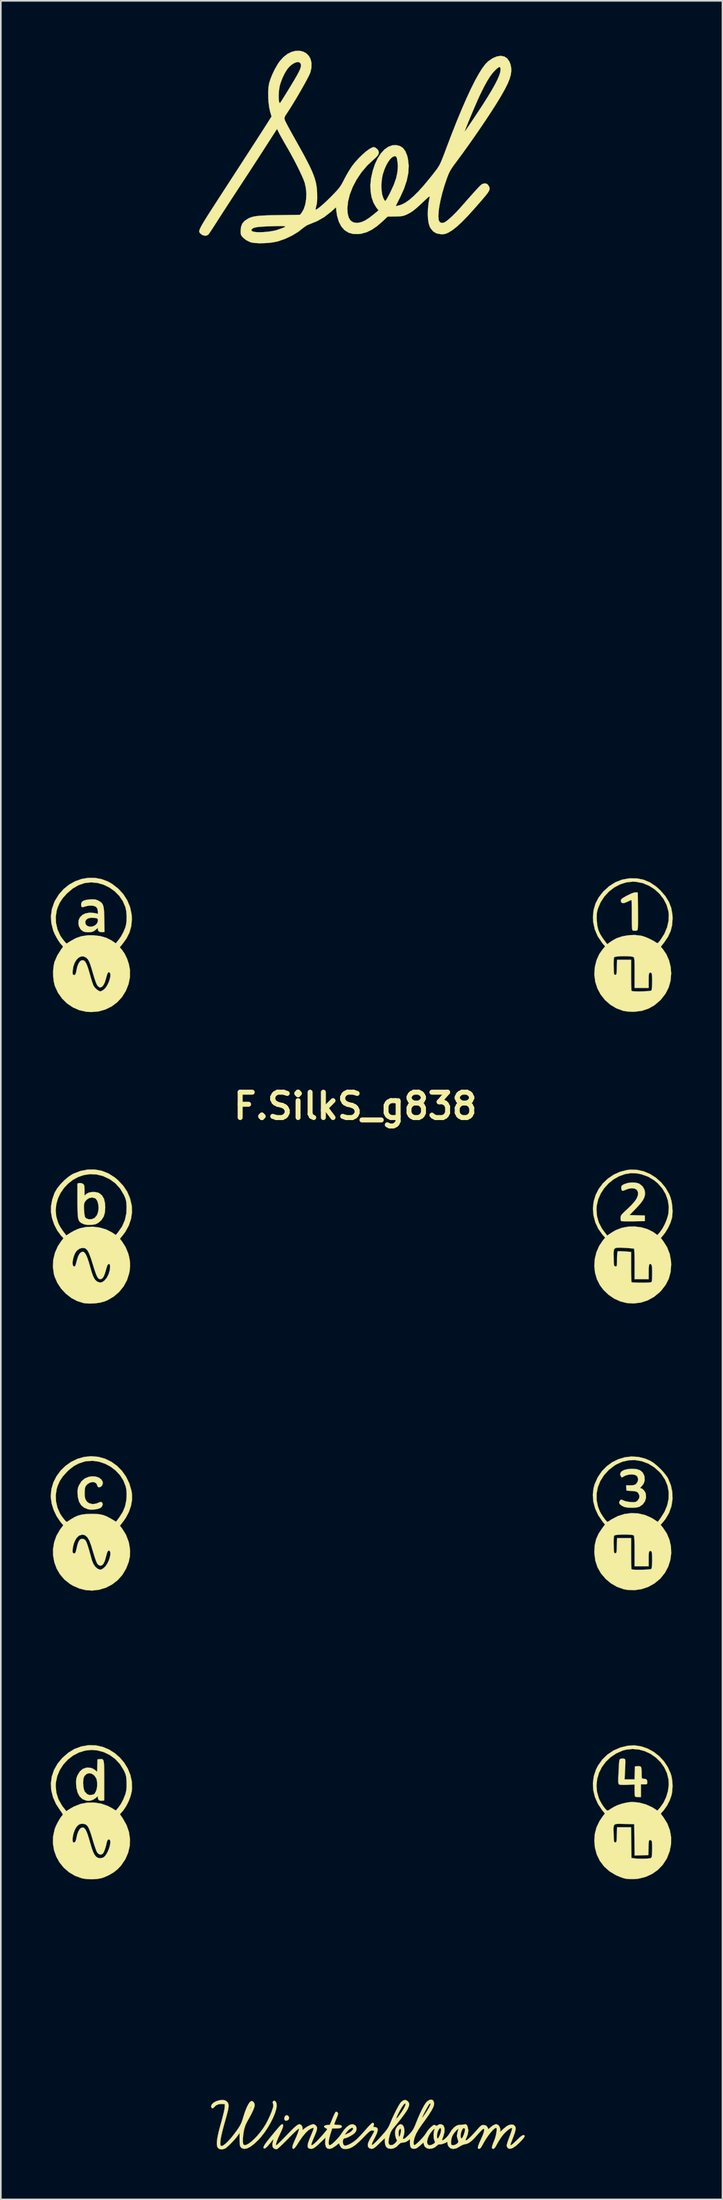
<source format=kicad_pcb>
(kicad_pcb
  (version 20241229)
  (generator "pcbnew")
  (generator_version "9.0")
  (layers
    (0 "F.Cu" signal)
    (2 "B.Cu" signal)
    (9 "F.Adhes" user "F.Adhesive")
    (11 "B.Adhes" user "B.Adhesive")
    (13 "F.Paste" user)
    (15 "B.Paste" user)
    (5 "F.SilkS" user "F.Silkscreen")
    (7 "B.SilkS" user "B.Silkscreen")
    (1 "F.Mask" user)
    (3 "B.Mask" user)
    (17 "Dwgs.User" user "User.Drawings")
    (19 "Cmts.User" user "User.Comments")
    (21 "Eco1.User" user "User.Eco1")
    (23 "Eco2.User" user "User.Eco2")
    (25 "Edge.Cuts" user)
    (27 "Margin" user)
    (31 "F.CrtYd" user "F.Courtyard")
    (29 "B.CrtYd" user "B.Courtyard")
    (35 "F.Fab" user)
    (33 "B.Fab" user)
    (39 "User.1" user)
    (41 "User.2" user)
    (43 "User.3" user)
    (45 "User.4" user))
  (footprint "F.SilkS_g838"
    (layer "F.Cu")
    (at 18.334 63.498)
    (property "Reference" "F.SilkS_g838" (at 0 0 0) (layer "F.SilkS") (effects (font (size 1.524 1.524) (thickness 0.3))))
    (attr through_hole)
    (fp_poly (pts (xy -4.048 60.747) (xy -3.998 60.82) (xy -3.989 60.912) (xy -4.023 60.983) (xy -4.105 61.035) (xy -4.2 61.041) (xy -4.247 61.016) (xy -4.275 60.938) (xy -4.262 60.834) (xy -4.214 60.75) (xy -4.209 60.745) (xy -4.124 60.715) (xy -4.048 60.747)) (stroke (width 0.01) (type solid)) (fill yes) (layer "F.SilkS"))
    (fp_poly (pts (xy 16.997 -12.848) (xy 17.008 -11.729) (xy 17.011 -11.374) (xy 17.011 -11.095) (xy 17.007 -10.885) (xy 17.001 -10.736) (xy 16.99 -10.64) (xy 16.976 -10.588) (xy 16.966 -10.576) (xy 16.863 -10.548) (xy 16.737 -10.555) (xy 16.69 -10.569) (xy 16.671 -10.598) (xy 16.657 -10.674) (xy 16.647 -10.805) (xy 16.641 -10.998) (xy 16.638 -11.263) (xy 16.637 -11.497) (xy 16.636 -11.764) (xy 16.634 -11.999) (xy 16.63 -12.192) (xy 16.625 -12.329) (xy 16.619 -12.398) (xy 16.617 -12.404) (xy 16.571 -12.386) (xy 16.472 -12.342) (xy 16.361 -12.288) (xy 16.186 -12.219) (xy 16.066 -12.212) (xy 15.999 -12.267) (xy 15.981 -12.366) (xy 15.993 -12.419) (xy 16.036 -12.473) (xy 16.125 -12.536) (xy 16.273 -12.62) (xy 16.362 -12.668) (xy 16.598 -12.783) (xy 16.773 -12.846) (xy 16.87 -12.858) (xy 16.997 -12.848)) (stroke (width 0.01) (type solid)) (fill yes) (layer "F.SilkS"))
    (fp_poly (pts (xy -15.613 22.294) (xy -15.432 22.357) (xy -15.293 22.458) (xy -15.212 22.59) (xy -15.198 22.681) (xy -15.223 22.794) (xy -15.287 22.88) (xy -15.369 22.93) (xy -15.45 22.934) (xy -15.51 22.885) (xy -15.529 22.827) (xy -15.581 22.709) (xy -15.684 22.64) (xy -15.82 22.621) (xy -15.969 22.654) (xy -16.112 22.739) (xy -16.153 22.778) (xy -16.219 22.856) (xy -16.258 22.938) (xy -16.279 23.051) (xy -16.291 23.217) (xy -16.287 23.476) (xy -16.239 23.67) (xy -16.146 23.809) (xy -16.014 23.899) (xy -15.812 23.949) (xy -15.589 23.917) (xy -15.444 23.857) (xy -15.339 23.817) (xy -15.27 23.828) (xy -15.253 23.841) (xy -15.204 23.928) (xy -15.219 24.036) (xy -15.291 24.138) (xy -15.347 24.179) (xy -15.493 24.235) (xy -15.684 24.27) (xy -15.885 24.281) (xy -16.058 24.264) (xy -16.072 24.261) (xy -16.315 24.165) (xy -16.498 24.014) (xy -16.624 23.805) (xy -16.696 23.533) (xy -16.713 23.365) (xy -16.719 23.181) (xy -16.709 23.046) (xy -16.676 22.926) (xy -16.626 22.807) (xy -16.479 22.573) (xy -16.283 22.406) (xy -16.043 22.306) (xy -15.822 22.274) (xy -15.613 22.294)) (stroke (width 0.01) (type solid)) (fill yes) (layer "F.SilkS"))
    (fp_poly (pts (xy 16.868 4.607) (xy 17.056 4.657) (xy 17.101 4.68) (xy 17.284 4.828) (xy 17.394 5.017) (xy 17.43 5.175) (xy 17.43 5.335) (xy 17.39 5.494) (xy 17.303 5.664) (xy 17.162 5.856) (xy 16.96 6.082) (xy 16.889 6.157) (xy 16.5 6.559) (xy 16.96 6.571) (xy 17.42 6.583) (xy 17.42 6.921) (xy 16.719 6.933) (xy 16.484 6.935) (xy 16.278 6.934) (xy 16.117 6.929) (xy 16.016 6.922) (xy 15.989 6.915) (xy 15.97 6.857) (xy 15.96 6.752) (xy 15.96 6.729) (xy 15.965 6.657) (xy 15.986 6.593) (xy 16.035 6.521) (xy 16.122 6.428) (xy 16.257 6.3) (xy 16.344 6.22) (xy 16.605 5.969) (xy 16.799 5.752) (xy 16.928 5.563) (xy 16.999 5.393) (xy 17.015 5.235) (xy 17 5.142) (xy 16.933 5.031) (xy 16.808 4.964) (xy 16.64 4.944) (xy 16.443 4.972) (xy 16.233 5.049) (xy 16.204 5.064) (xy 16.097 5.1) (xy 16.034 5.069) (xy 16.006 4.966) (xy 16.003 4.898) (xy 16.014 4.821) (xy 16.062 4.763) (xy 16.167 4.705) (xy 16.203 4.689) (xy 16.412 4.623) (xy 16.644 4.596) (xy 16.868 4.607)) (stroke (width 0.01) (type solid)) (fill yes) (layer "F.SilkS"))
    (fp_poly (pts (xy 16.179 39.267) (xy 16.212 39.281) (xy 16.235 39.308) (xy 16.247 39.362) (xy 16.251 39.456) (xy 16.248 39.603) (xy 16.238 39.816) (xy 16.234 39.903) (xy 16.203 40.513) (xy 16.803 40.513) (xy 16.828 39.73) (xy 16.993 39.716) (xy 17.124 39.721) (xy 17.193 39.759) (xy 17.21 39.826) (xy 17.223 39.952) (xy 17.229 40.113) (xy 17.229 40.143) (xy 17.231 40.307) (xy 17.238 40.405) (xy 17.258 40.453) (xy 17.295 40.469) (xy 17.332 40.471) (xy 17.471 40.486) (xy 17.544 40.541) (xy 17.568 40.647) (xy 17.568 40.666) (xy 17.564 40.754) (xy 17.536 40.796) (xy 17.46 40.808) (xy 17.378 40.809) (xy 17.187 40.809) (xy 17.187 41.571) (xy 17.025 41.571) (xy 16.913 41.565) (xy 16.842 41.548) (xy 16.835 41.543) (xy 16.822 41.49) (xy 16.812 41.375) (xy 16.807 41.218) (xy 16.806 41.164) (xy 16.806 40.814) (xy 16.372 40.836) (xy 16.162 40.841) (xy 15.998 40.837) (xy 15.896 40.823) (xy 15.876 40.814) (xy 15.853 40.792) (xy 15.837 40.755) (xy 15.827 40.692) (xy 15.823 40.593) (xy 15.825 40.447) (xy 15.833 40.243) (xy 15.847 39.972) (xy 15.857 39.786) (xy 15.869 39.575) (xy 15.881 39.434) (xy 15.897 39.347) (xy 15.92 39.3) (xy 15.954 39.276) (xy 15.989 39.266) (xy 16.105 39.256) (xy 16.179 39.267)) (stroke (width 0.01) (type solid)) (fill yes) (layer "F.SilkS"))
    (fp_poly (pts (xy -16.48 4.638) (xy -16.404 4.674) (xy -16.35 4.716) (xy -16.318 4.77) (xy -16.303 4.857) (xy -16.299 4.999) (xy -16.298 5.067) (xy -16.298 5.391) (xy -16.191 5.29) (xy -16.059 5.215) (xy -15.878 5.174) (xy -15.681 5.17) (xy -15.495 5.205) (xy -15.409 5.241) (xy -15.242 5.38) (xy -15.127 5.583) (xy -15.064 5.852) (xy -15.05 6.096) (xy -15.073 6.406) (xy -15.148 6.655) (xy -15.278 6.856) (xy -15.446 7.005) (xy -15.56 7.076) (xy -15.671 7.117) (xy -15.813 7.138) (xy -15.931 7.144) (xy -16.134 7.144) (xy -16.287 7.121) (xy -16.407 7.076) (xy -16.498 7.03) (xy -16.569 6.977) (xy -16.623 6.909) (xy -16.663 6.814) (xy -16.69 6.683) (xy -16.708 6.506) (xy -16.717 6.273) (xy -16.719 6.115) (xy -16.335 6.115) (xy -16.321 6.33) (xy -16.302 6.514) (xy -16.28 6.633) (xy -16.248 6.706) (xy -16.201 6.752) (xy -16.2 6.752) (xy -16.056 6.808) (xy -15.886 6.807) (xy -15.727 6.752) (xy -15.685 6.724) (xy -15.549 6.565) (xy -15.472 6.349) (xy -15.452 6.117) (xy -15.471 5.894) (xy -15.526 5.711) (xy -15.61 5.584) (xy -15.657 5.549) (xy -15.831 5.5) (xy -16.008 5.529) (xy -16.165 5.63) (xy -16.168 5.634) (xy -16.253 5.73) (xy -16.306 5.828) (xy -16.331 5.95) (xy -16.335 6.115) (xy -16.719 6.115) (xy -16.721 5.973) (xy -16.722 5.678) (xy -16.722 4.658) (xy -16.616 4.632) (xy -16.48 4.638)) (stroke (width 0.01) (type solid)) (fill yes) (layer "F.SilkS"))
    (fp_poly (pts (xy -15.634 -12.425) (xy -15.52 -12.386) (xy -15.454 -12.354) (xy -15.346 -12.29) (xy -15.263 -12.22) (xy -15.203 -12.131) (xy -15.161 -12.01) (xy -15.134 -11.845) (xy -15.118 -11.625) (xy -15.109 -11.337) (xy -15.106 -11.218) (xy -15.094 -10.477) (xy -15.233 -10.464) (xy -15.379 -10.477) (xy -15.469 -10.544) (xy -15.494 -10.638) (xy -15.494 -10.725) (xy -15.589 -10.638) (xy -15.692 -10.557) (xy -15.777 -10.504) (xy -15.9 -10.47) (xy -16.066 -10.459) (xy -16.235 -10.47) (xy -16.368 -10.505) (xy -16.379 -10.51) (xy -16.529 -10.632) (xy -16.629 -10.811) (xy -16.665 -10.97) (xy -16.659 -11.056) (xy -16.256 -11.056) (xy -16.221 -10.926) (xy -16.128 -10.837) (xy -15.996 -10.793) (xy -15.844 -10.798) (xy -15.691 -10.857) (xy -15.624 -10.905) (xy -15.528 -11.012) (xy -15.495 -11.13) (xy -15.494 -11.155) (xy -15.499 -11.239) (xy -15.528 -11.284) (xy -15.604 -11.309) (xy -15.703 -11.324) (xy -15.922 -11.331) (xy -16.093 -11.289) (xy -16.207 -11.203) (xy -16.255 -11.078) (xy -16.256 -11.056) (xy -16.659 -11.056) (xy -16.65 -11.185) (xy -16.566 -11.365) (xy -16.421 -11.505) (xy -16.225 -11.597) (xy -15.988 -11.636) (xy -15.719 -11.617) (xy -15.653 -11.603) (xy -15.494 -11.566) (xy -15.494 -11.723) (xy -15.525 -11.888) (xy -15.619 -11.998) (xy -15.778 -12.055) (xy -15.911 -12.065) (xy -16.075 -12.052) (xy -16.232 -12.019) (xy -16.286 -12.001) (xy -16.409 -11.965) (xy -16.479 -11.992) (xy -16.503 -12.087) (xy -16.5 -12.171) (xy -16.462 -12.277) (xy -16.365 -12.354) (xy -16.201 -12.405) (xy -15.962 -12.433) (xy -15.939 -12.435) (xy -15.762 -12.44) (xy -15.634 -12.425)) (stroke (width 0.01) (type solid)) (fill yes) (layer "F.SilkS"))
    (fp_poly (pts (xy -15.243 39.291) (xy -15.198 39.313) (xy -15.165 39.361) (xy -15.142 39.445) (xy -15.127 39.574) (xy -15.118 39.754) (xy -15.114 39.997) (xy -15.113 40.309) (xy -15.113 40.577) (xy -15.113 41.773) (xy -15.212 41.792) (xy -15.356 41.793) (xy -15.455 41.739) (xy -15.494 41.638) (xy -15.494 41.632) (xy -15.494 41.521) (xy -15.624 41.631) (xy -15.739 41.71) (xy -15.852 41.761) (xy -15.868 41.765) (xy -15.967 41.788) (xy -16.023 41.801) (xy -16.091 41.799) (xy -16.198 41.782) (xy -16.208 41.78) (xy -16.421 41.693) (xy -16.589 41.537) (xy -16.709 41.314) (xy -16.781 41.027) (xy -16.8 40.822) (xy -16.802 40.714) (xy -16.383 40.714) (xy -16.371 40.914) (xy -16.339 41.098) (xy -16.289 41.236) (xy -16.272 41.262) (xy -16.138 41.399) (xy -15.994 41.454) (xy -15.86 41.44) (xy -15.767 41.414) (xy -15.721 41.402) (xy -15.72 41.402) (xy -15.695 41.37) (xy -15.643 41.29) (xy -15.624 41.259) (xy -15.568 41.112) (xy -15.538 40.918) (xy -15.537 40.711) (xy -15.564 40.524) (xy -15.599 40.43) (xy -15.717 40.267) (xy -15.859 40.169) (xy -16.011 40.137) (xy -16.155 40.172) (xy -16.277 40.274) (xy -16.34 40.383) (xy -16.373 40.527) (xy -16.383 40.714) (xy -16.802 40.714) (xy -16.804 40.632) (xy -16.793 40.493) (xy -16.762 40.373) (xy -16.71 40.247) (xy -16.572 40.025) (xy -16.395 39.877) (xy -16.185 39.804) (xy -15.946 39.81) (xy -15.941 39.811) (xy -15.806 39.859) (xy -15.676 39.938) (xy -15.666 39.946) (xy -15.54 40.052) (xy -15.527 39.679) (xy -15.515 39.306) (xy -15.375 39.293) (xy -15.301 39.287) (xy -15.243 39.291)) (stroke (width 0.01) (type solid)) (fill yes) (layer "F.SilkS"))
    (fp_poly (pts (xy 16.928 21.845) (xy 17.131 21.911) (xy 17.276 22.027) (xy 17.372 22.198) (xy 17.404 22.309) (xy 17.413 22.518) (xy 17.353 22.714) (xy 17.232 22.872) (xy 17.226 22.878) (xy 17.153 22.95) (xy 17.147 22.985) (xy 17.161 22.987) (xy 17.261 23.023) (xy 17.364 23.116) (xy 17.447 23.241) (xy 17.481 23.336) (xy 17.493 23.566) (xy 17.428 23.78) (xy 17.296 23.964) (xy 17.105 24.099) (xy 17.072 24.114) (xy 16.94 24.147) (xy 16.756 24.165) (xy 16.551 24.166) (xy 16.356 24.152) (xy 16.202 24.122) (xy 16.183 24.116) (xy 16.04 24.047) (xy 15.931 23.963) (xy 15.877 23.881) (xy 15.875 23.863) (xy 15.898 23.786) (xy 15.931 23.731) (xy 15.973 23.684) (xy 16.019 23.678) (xy 16.101 23.714) (xy 16.132 23.73) (xy 16.255 23.773) (xy 16.424 23.807) (xy 16.573 23.824) (xy 16.734 23.831) (xy 16.836 23.824) (xy 16.908 23.797) (xy 16.976 23.744) (xy 16.986 23.734) (xy 17.081 23.596) (xy 17.098 23.444) (xy 17.034 23.294) (xy 17.022 23.277) (xy 16.965 23.223) (xy 16.887 23.189) (xy 16.765 23.168) (xy 16.63 23.156) (xy 16.32 23.135) (xy 16.306 22.976) (xy 16.293 22.818) (xy 16.552 22.818) (xy 16.708 22.812) (xy 16.809 22.789) (xy 16.885 22.741) (xy 16.914 22.714) (xy 16.997 22.582) (xy 17.018 22.433) (xy 16.975 22.297) (xy 16.929 22.242) (xy 16.812 22.185) (xy 16.646 22.162) (xy 16.46 22.174) (xy 16.282 22.22) (xy 16.19 22.263) (xy 16.093 22.317) (xy 16.032 22.343) (xy 16.024 22.343) (xy 15.947 22.206) (xy 15.95 22.083) (xy 16.025 21.979) (xy 16.168 21.898) (xy 16.374 21.846) (xy 16.637 21.825) (xy 16.658 21.825) (xy 16.928 21.845)) (stroke (width 0.01) (type solid)) (fill yes) (layer "F.SilkS"))
    (fp_poly (pts (xy -7.894 59.809) (xy -7.792 59.849) (xy -7.729 59.898) (xy -7.673 59.963) (xy -7.638 60.04) (xy -7.626 60.141) (xy -7.638 60.276) (xy -7.673 60.458) (xy -7.735 60.699) (xy -7.811 60.972) (xy -7.926 61.382) (xy -8.013 61.72) (xy -8.075 61.993) (xy -8.112 62.208) (xy -8.128 62.372) (xy -8.128 62.402) (xy -8.121 62.512) (xy -8.091 62.56) (xy -8.042 62.569) (xy -7.951 62.535) (xy -7.823 62.44) (xy -7.669 62.294) (xy -7.498 62.107) (xy -7.325 61.891) (xy -7.154 61.664) (xy -7.028 61.483) (xy -6.935 61.33) (xy -6.864 61.188) (xy -6.807 61.038) (xy -6.755 60.869) (xy -6.653 60.547) (xy -6.559 60.304) (xy -6.35 60.304) (xy -6.329 60.325) (xy -6.308 60.304) (xy -6.329 60.283) (xy -6.35 60.304) (xy -6.559 60.304) (xy -6.55 60.279) (xy -6.521 60.219) (xy -6.308 60.219) (xy -6.287 60.24) (xy -6.265 60.219) (xy -6.287 60.198) (xy -6.308 60.219) (xy -6.521 60.219) (xy -6.448 60.071) (xy -6.353 59.93) (xy -6.266 59.864) (xy -6.241 59.859) (xy -6.152 59.897) (xy -6.082 59.989) (xy -6.054 60.106) (xy -6.077 60.222) (xy -6.142 60.396) (xy -6.244 60.614) (xy -6.376 60.864) (xy -6.479 61.042) (xy -6.607 61.295) (xy -6.688 61.551) (xy -6.711 61.666) (xy -6.749 61.918) (xy -6.767 62.144) (xy -6.767 62.327) (xy -6.748 62.451) (xy -6.735 62.479) (xy -6.665 62.52) (xy -6.556 62.499) (xy -6.416 62.422) (xy -6.252 62.299) (xy -6.074 62.136) (xy -5.89 61.941) (xy -5.707 61.721) (xy -5.535 61.485) (xy -5.381 61.239) (xy -5.379 61.235) (xy -5.273 61.034) (xy -5.161 60.797) (xy -5.065 60.569) (xy -5.047 60.524) (xy -4.98 60.337) (xy -4.942 60.208) (xy -4.932 60.121) (xy -4.944 60.055) (xy -4.951 60.038) (xy -4.976 59.938) (xy -4.951 59.878) (xy -4.88 59.84) (xy -4.808 59.877) (xy -4.749 59.983) (xy -4.749 59.984) (xy -4.731 60.141) (xy -4.763 60.35) (xy -4.839 60.599) (xy -4.953 60.876) (xy -5.1 61.168) (xy -5.272 61.464) (xy -5.465 61.752) (xy -5.673 62.019) (xy -5.833 62.198) (xy -6.093 62.443) (xy -6.325 62.616) (xy -6.528 62.716) (xy -6.7 62.74) (xy -6.838 62.69) (xy -6.883 62.649) (xy -6.923 62.591) (xy -6.947 62.51) (xy -6.96 62.388) (xy -6.964 62.204) (xy -6.964 62.17) (xy -6.964 61.781) (xy -7.085 61.952) (xy -7.192 62.089) (xy -7.33 62.246) (xy -7.481 62.405) (xy -7.629 62.549) (xy -7.756 62.661) (xy -7.84 62.72) (xy -8.013 62.775) (xy -8.166 62.754) (xy -8.261 62.69) (xy -8.314 62.598) (xy -8.336 62.454) (xy -8.327 62.253) (xy -8.286 61.991) (xy -8.212 61.663) (xy -8.105 61.262) (xy -8.085 61.193) (xy -8.014 60.938) (xy -7.953 60.697) (xy -7.903 60.488) (xy -7.871 60.328) (xy -7.86 60.24) (xy -7.853 60.05) (xy -8.017 60.036) (xy -8.222 60.051) (xy -8.39 60.125) (xy -8.486 60.222) (xy -8.561 60.291) (xy -8.632 60.289) (xy -8.675 60.219) (xy -8.678 60.179) (xy -8.639 60.068) (xy -8.533 59.964) (xy -8.379 59.878) (xy -8.195 59.82) (xy -8.04 59.802) (xy -7.894 59.809)) (stroke (width 0.01) (type solid)) (fill yes) (layer "F.SilkS"))
    (fp_poly (pts (xy 17.219 38.528) (xy 17.601 38.662) (xy 17.959 38.859) (xy 18.285 39.114) (xy 18.57 39.42) (xy 18.803 39.769) (xy 18.976 40.155) (xy 19.029 40.331) (xy 19.076 40.607) (xy 19.09 40.92) (xy 19.07 41.231) (xy 19.028 41.464) (xy 18.919 41.771) (xy 18.761 42.08) (xy 18.573 42.35) (xy 18.537 42.392) (xy 18.377 42.574) (xy 18.55 42.803) (xy 18.778 43.171) (xy 18.929 43.568) (xy 19.003 43.983) (xy 19 44.407) (xy 18.917 44.831) (xy 18.756 45.245) (xy 18.728 45.299) (xy 18.495 45.656) (xy 18.201 45.958) (xy 17.856 46.2) (xy 17.472 46.376) (xy 17.055 46.48) (xy 16.806 46.505) (xy 16.607 46.507) (xy 16.41 46.499) (xy 16.254 46.481) (xy 16.235 46.478) (xy 16.098 46.439) (xy 15.918 46.373) (xy 15.728 46.292) (xy 15.67 46.265) (xy 15.294 46.039) (xy 14.976 45.755) (xy 14.722 45.421) (xy 14.535 45.043) (xy 14.421 44.628) (xy 14.383 44.196) (xy 14.415 43.775) (xy 14.485 43.507) (xy 15.536 43.507) (xy 15.542 43.726) (xy 15.545 43.836) (xy 15.552 44.04) (xy 15.56 44.174) (xy 15.574 44.252) (xy 15.595 44.29) (xy 15.628 44.301) (xy 15.642 44.302) (xy 15.68 44.296) (xy 15.705 44.268) (xy 15.721 44.204) (xy 15.731 44.088) (xy 15.737 43.907) (xy 15.739 43.847) (xy 15.751 43.392) (xy 16.593 43.392) (xy 16.616 45.233) (xy 16.764 45.261) (xy 16.87 45.272) (xy 17.034 45.28) (xy 17.23 45.283) (xy 17.348 45.282) (xy 17.559 45.276) (xy 17.699 45.264) (xy 17.783 45.243) (xy 17.823 45.212) (xy 17.823 45.212) (xy 17.84 45.145) (xy 17.852 45.016) (xy 17.86 44.847) (xy 17.864 44.662) (xy 17.862 44.483) (xy 17.856 44.334) (xy 17.843 44.235) (xy 17.839 44.221) (xy 17.78 44.164) (xy 17.735 44.154) (xy 17.699 44.161) (xy 17.676 44.193) (xy 17.661 44.265) (xy 17.651 44.391) (xy 17.644 44.585) (xy 17.644 44.609) (xy 17.632 45.064) (xy 17.22 45.076) (xy 16.808 45.088) (xy 16.797 44.145) (xy 16.785 43.201) (xy 16.183 43.189) (xy 15.935 43.184) (xy 15.758 43.185) (xy 15.642 43.206) (xy 15.574 43.259) (xy 15.543 43.355) (xy 15.536 43.507) (xy 14.485 43.507) (xy 14.515 43.393) (xy 14.689 43.03) (xy 14.858 42.776) (xy 15.018 42.563) (xy 14.849 42.353) (xy 14.598 41.978) (xy 14.422 41.579) (xy 14.321 41.164) (xy 14.305 40.872) (xy 14.512 40.872) (xy 14.543 41.257) (xy 14.651 41.636) (xy 14.706 41.762) (xy 14.801 41.938) (xy 14.91 42.111) (xy 15.007 42.24) (xy 15.099 42.341) (xy 15.158 42.387) (xy 15.206 42.388) (xy 15.256 42.357) (xy 15.342 42.3) (xy 15.469 42.222) (xy 15.564 42.164) (xy 15.785 42.059) (xy 16.056 41.969) (xy 16.342 41.903) (xy 16.606 41.87) (xy 16.676 41.868) (xy 17.08 41.907) (xy 17.484 42.016) (xy 17.861 42.185) (xy 18.052 42.304) (xy 18.175 42.392) (xy 18.338 42.208) (xy 18.545 41.919) (xy 18.706 41.579) (xy 18.815 41.211) (xy 18.863 40.841) (xy 18.849 40.52) (xy 18.754 40.135) (xy 18.59 39.782) (xy 18.366 39.468) (xy 18.091 39.198) (xy 17.776 38.978) (xy 17.429 38.814) (xy 17.061 38.712) (xy 16.681 38.679) (xy 16.299 38.72) (xy 16.086 38.777) (xy 15.699 38.948) (xy 15.358 39.176) (xy 15.069 39.454) (xy 14.836 39.771) (xy 14.662 40.12) (xy 14.553 40.49) (xy 14.512 40.872) (xy 14.305 40.872) (xy 14.297 40.743) (xy 14.35 40.325) (xy 14.482 39.921) (xy 14.6 39.687) (xy 14.857 39.323) (xy 15.175 39.016) (xy 15.544 38.77) (xy 15.957 38.591) (xy 16.406 38.484) (xy 16.427 38.481) (xy 16.825 38.466) (xy 17.219 38.528)) (stroke (width 0.01) (type solid)) (fill yes) (layer "F.SilkS"))
    (fp_poly (pts (xy 17.023 21.107) (xy 17.431 21.207) (xy 17.755 21.346) (xy 17.955 21.475) (xy 18.175 21.655) (xy 18.397 21.867) (xy 18.598 22.09) (xy 18.759 22.303) (xy 18.826 22.416) (xy 18.99 22.817) (xy 19.077 23.234) (xy 19.087 23.655) (xy 19.023 24.069) (xy 18.885 24.464) (xy 18.674 24.83) (xy 18.543 24.996) (xy 18.372 25.194) (xy 18.515 25.371) (xy 18.748 25.722) (xy 18.907 26.103) (xy 18.994 26.504) (xy 19.009 26.913) (xy 18.954 27.32) (xy 18.828 27.712) (xy 18.632 28.08) (xy 18.367 28.412) (xy 18.334 28.446) (xy 17.999 28.721) (xy 17.623 28.929) (xy 17.217 29.064) (xy 16.794 29.125) (xy 16.366 29.107) (xy 16.141 29.065) (xy 15.758 28.93) (xy 15.394 28.721) (xy 15.07 28.453) (xy 14.783 28.117) (xy 14.574 27.749) (xy 14.443 27.348) (xy 14.387 26.91) (xy 14.385 26.793) (xy 14.411 26.402) (xy 14.43 26.324) (xy 15.544 26.324) (xy 15.546 26.401) (xy 15.552 26.614) (xy 15.559 26.756) (xy 15.571 26.842) (xy 15.591 26.886) (xy 15.62 26.901) (xy 15.642 26.903) (xy 15.68 26.897) (xy 15.705 26.869) (xy 15.721 26.805) (xy 15.731 26.689) (xy 15.737 26.508) (xy 15.739 26.448) (xy 15.751 25.993) (xy 16.595 25.993) (xy 16.595 26.917) (xy 16.596 27.189) (xy 16.599 27.431) (xy 16.605 27.632) (xy 16.611 27.779) (xy 16.619 27.859) (xy 16.623 27.869) (xy 16.68 27.885) (xy 16.802 27.895) (xy 16.969 27.899) (xy 17.162 27.899) (xy 17.36 27.894) (xy 17.544 27.886) (xy 17.694 27.873) (xy 17.791 27.857) (xy 17.814 27.847) (xy 17.835 27.785) (xy 17.85 27.66) (xy 17.86 27.493) (xy 17.865 27.307) (xy 17.863 27.122) (xy 17.855 26.961) (xy 17.84 26.844) (xy 17.826 26.801) (xy 17.76 26.763) (xy 17.721 26.768) (xy 17.69 26.794) (xy 17.67 26.851) (xy 17.658 26.956) (xy 17.654 27.122) (xy 17.653 27.24) (xy 17.653 27.686) (xy 16.806 27.686) (xy 16.806 26.784) (xy 16.805 26.45) (xy 16.799 26.194) (xy 16.79 26.01) (xy 16.777 25.893) (xy 16.759 25.835) (xy 16.756 25.832) (xy 16.689 25.808) (xy 16.56 25.791) (xy 16.388 25.781) (xy 16.193 25.778) (xy 15.996 25.781) (xy 15.816 25.792) (xy 15.675 25.809) (xy 15.593 25.832) (xy 15.582 25.84) (xy 15.558 25.918) (xy 15.545 26.079) (xy 15.544 26.324) (xy 14.43 26.324) (xy 14.492 26.057) (xy 14.636 25.733) (xy 14.852 25.404) (xy 14.853 25.403) (xy 15.024 25.176) (xy 14.883 25.002) (xy 14.622 24.621) (xy 14.435 24.22) (xy 14.324 23.808) (xy 14.316 23.699) (xy 14.52 23.699) (xy 14.598 24.088) (xy 14.707 24.368) (xy 14.78 24.506) (xy 14.874 24.655) (xy 14.973 24.799) (xy 15.067 24.919) (xy 15.141 24.998) (xy 15.178 25.019) (xy 15.217 24.998) (xy 15.306 24.942) (xy 15.416 24.87) (xy 15.795 24.669) (xy 16.2 24.542) (xy 16.618 24.49) (xy 17.038 24.512) (xy 17.446 24.609) (xy 17.832 24.781) (xy 17.94 24.847) (xy 18.202 25.017) (xy 18.367 24.796) (xy 18.608 24.412) (xy 18.771 24.018) (xy 18.855 23.621) (xy 18.861 23.227) (xy 18.79 22.844) (xy 18.641 22.478) (xy 18.414 22.137) (xy 18.296 22.003) (xy 17.972 21.718) (xy 17.617 21.505) (xy 17.24 21.365) (xy 16.851 21.299) (xy 16.459 21.309) (xy 16.074 21.395) (xy 15.704 21.56) (xy 15.597 21.625) (xy 15.248 21.896) (xy 14.963 22.209) (xy 14.745 22.554) (xy 14.596 22.923) (xy 14.521 23.307) (xy 14.52 23.699) (xy 14.316 23.699) (xy 14.291 23.393) (xy 14.338 22.983) (xy 14.407 22.738) (xy 14.589 22.333) (xy 14.83 21.978) (xy 15.122 21.677) (xy 15.454 21.433) (xy 15.82 21.251) (xy 16.209 21.133) (xy 16.613 21.084) (xy 17.023 21.107)) (stroke (width 0.01) (type solid)) (fill yes) (layer "F.SilkS"))
    (fp_poly (pts (xy -15.258 3.895) (xy -14.858 4.054) (xy -14.481 4.292) (xy -14.297 4.446) (xy -13.975 4.786) (xy -13.732 5.147) (xy -13.562 5.541) (xy -13.46 5.976) (xy -13.454 6.011) (xy -13.441 6.398) (xy -13.502 6.795) (xy -13.635 7.185) (xy -13.834 7.552) (xy -13.977 7.749) (xy -14.168 7.983) (xy -14.028 8.166) (xy -13.825 8.488) (xy -13.672 8.856) (xy -13.608 9.095) (xy -13.561 9.387) (xy -13.554 9.653) (xy -13.587 9.935) (xy -13.61 10.054) (xy -13.739 10.466) (xy -13.941 10.842) (xy -14.208 11.175) (xy -14.533 11.456) (xy -14.909 11.676) (xy -15.105 11.757) (xy -15.361 11.826) (xy -15.663 11.868) (xy -15.974 11.882) (xy -16.261 11.865) (xy -16.362 11.849) (xy -16.739 11.731) (xy -17.097 11.54) (xy -17.422 11.287) (xy -17.705 10.983) (xy -17.932 10.64) (xy -18.094 10.269) (xy -18.14 10.108) (xy -18.199 9.677) (xy -18.19 9.507) (xy -17.015 9.507) (xy -16.987 9.607) (xy -16.953 9.637) (xy -16.907 9.65) (xy -16.873 9.637) (xy -16.843 9.585) (xy -16.809 9.479) (xy -16.765 9.306) (xy -16.76 9.288) (xy -16.681 9.038) (xy -16.588 8.869) (xy -16.479 8.78) (xy -16.398 8.763) (xy -16.315 8.798) (xy -16.23 8.907) (xy -16.143 9.091) (xy -16.05 9.354) (xy -15.957 9.678) (xy -15.873 9.974) (xy -15.796 10.197) (xy -15.719 10.36) (xy -15.638 10.474) (xy -15.547 10.551) (xy -15.543 10.553) (xy -15.396 10.616) (xy -15.259 10.603) (xy -15.115 10.513) (xy -15.099 10.499) (xy -14.959 10.332) (xy -14.847 10.112) (xy -14.776 9.873) (xy -14.758 9.716) (xy -14.76 9.589) (xy -14.777 9.525) (xy -14.817 9.505) (xy -14.834 9.504) (xy -14.879 9.519) (xy -14.918 9.575) (xy -14.96 9.686) (xy -15.005 9.848) (xy -15.079 10.093) (xy -15.15 10.263) (xy -15.225 10.366) (xy -15.31 10.41) (xy -15.346 10.414) (xy -15.409 10.404) (xy -15.465 10.366) (xy -15.52 10.293) (xy -15.579 10.173) (xy -15.645 9.998) (xy -15.725 9.758) (xy -15.8 9.514) (xy -15.896 9.208) (xy -15.979 8.975) (xy -16.052 8.803) (xy -16.121 8.683) (xy -16.192 8.604) (xy -16.269 8.555) (xy -16.288 8.547) (xy -16.439 8.532) (xy -16.602 8.582) (xy -16.75 8.69) (xy -16.783 8.726) (xy -16.866 8.855) (xy -16.935 9.018) (xy -16.985 9.194) (xy -17.013 9.363) (xy -17.015 9.507) (xy -18.19 9.507) (xy -18.177 9.245) (xy -18.077 8.826) (xy -17.902 8.431) (xy -17.721 8.157) (xy -17.564 7.952) (xy -17.71 7.791) (xy -17.938 7.484) (xy -18.123 7.124) (xy -18.253 6.738) (xy -18.316 6.373) (xy -18.314 6.264) (xy -18.033 6.264) (xy -18.001 6.632) (xy -17.894 7) (xy -17.824 7.154) (xy -17.743 7.296) (xy -17.636 7.459) (xy -17.561 7.564) (xy -17.393 7.784) (xy -17.133 7.616) (xy -16.948 7.511) (xy -16.733 7.413) (xy -16.575 7.354) (xy -16.187 7.273) (xy -15.781 7.259) (xy -15.376 7.311) (xy -14.992 7.425) (xy -14.649 7.6) (xy -14.621 7.619) (xy -14.417 7.757) (xy -14.279 7.593) (xy -14.034 7.24) (xy -13.867 6.856) (xy -13.778 6.441) (xy -13.765 6.058) (xy -13.777 5.852) (xy -13.797 5.698) (xy -13.834 5.563) (xy -13.895 5.416) (xy -13.933 5.334) (xy -14.154 4.962) (xy -14.43 4.655) (xy -14.764 4.408) (xy -15.158 4.221) (xy -15.213 4.201) (xy -15.595 4.109) (xy -15.971 4.094) (xy -16.334 4.149) (xy -16.678 4.266) (xy -16.997 4.44) (xy -17.284 4.663) (xy -17.534 4.928) (xy -17.74 5.227) (xy -17.896 5.554) (xy -17.996 5.902) (xy -18.033 6.264) (xy -18.314 6.264) (xy -18.311 6.004) (xy -18.239 5.619) (xy -18.108 5.244) (xy -18.067 5.156) (xy -17.929 4.933) (xy -17.736 4.695) (xy -17.51 4.464) (xy -17.271 4.261) (xy -17.041 4.106) (xy -16.976 4.072) (xy -16.541 3.904) (xy -16.105 3.82) (xy -15.676 3.817) (xy -15.258 3.895)) (stroke (width 0.01) (type solid)) (fill yes) (layer "F.SilkS"))
    (fp_poly (pts (xy 16.952 3.836) (xy 17.349 3.925) (xy 17.73 4.085) (xy 18.084 4.309) (xy 18.401 4.589) (xy 18.672 4.92) (xy 18.885 5.293) (xy 18.949 5.445) (xy 19.026 5.716) (xy 19.074 6.029) (xy 19.09 6.348) (xy 19.07 6.639) (xy 19.054 6.729) (xy 18.967 7.013) (xy 18.83 7.313) (xy 18.66 7.594) (xy 18.567 7.719) (xy 18.386 7.941) (xy 18.533 8.13) (xy 18.761 8.491) (xy 18.917 8.891) (xy 18.997 9.321) (xy 19.007 9.548) (xy 18.972 9.986) (xy 18.863 10.386) (xy 18.677 10.754) (xy 18.412 11.096) (xy 18.314 11.198) (xy 17.968 11.483) (xy 17.587 11.692) (xy 17.177 11.823) (xy 16.745 11.874) (xy 16.359 11.853) (xy 15.964 11.758) (xy 15.585 11.588) (xy 15.236 11.351) (xy 14.931 11.057) (xy 14.726 10.785) (xy 14.539 10.419) (xy 14.425 10.024) (xy 14.383 9.612) (xy 14.411 9.197) (xy 14.49 8.871) (xy 15.541 8.871) (xy 15.545 9.102) (xy 15.546 9.138) (xy 15.551 9.348) (xy 15.559 9.489) (xy 15.571 9.575) (xy 15.592 9.62) (xy 15.623 9.639) (xy 15.653 9.644) (xy 15.695 9.647) (xy 15.723 9.631) (xy 15.738 9.582) (xy 15.746 9.485) (xy 15.748 9.325) (xy 15.748 9.213) (xy 15.752 9.027) (xy 15.762 8.874) (xy 15.776 8.773) (xy 15.789 8.743) (xy 15.847 8.734) (xy 15.968 8.734) (xy 16.13 8.741) (xy 16.212 8.746) (xy 16.595 8.775) (xy 16.595 9.672) (xy 16.596 9.94) (xy 16.6 10.178) (xy 16.605 10.374) (xy 16.612 10.516) (xy 16.62 10.59) (xy 16.623 10.597) (xy 16.673 10.608) (xy 16.792 10.616) (xy 16.963 10.623) (xy 17.17 10.626) (xy 17.232 10.626) (xy 17.47 10.624) (xy 17.636 10.619) (xy 17.743 10.609) (xy 17.805 10.593) (xy 17.834 10.568) (xy 17.839 10.559) (xy 17.85 10.49) (xy 17.858 10.358) (xy 17.863 10.183) (xy 17.865 10.035) (xy 17.862 9.815) (xy 17.852 9.666) (xy 17.833 9.574) (xy 17.804 9.527) (xy 17.803 9.527) (xy 17.742 9.492) (xy 17.699 9.512) (xy 17.672 9.593) (xy 17.657 9.743) (xy 17.653 9.97) (xy 17.653 10.414) (xy 16.806 10.414) (xy 16.806 9.506) (xy 16.805 9.238) (xy 16.801 8.999) (xy 16.795 8.803) (xy 16.787 8.661) (xy 16.778 8.587) (xy 16.775 8.58) (xy 16.722 8.57) (xy 16.603 8.558) (xy 16.433 8.544) (xy 16.231 8.531) (xy 16.211 8.53) (xy 15.957 8.516) (xy 15.776 8.517) (xy 15.656 8.541) (xy 15.584 8.601) (xy 15.55 8.708) (xy 15.541 8.871) (xy 14.49 8.871) (xy 14.508 8.793) (xy 14.675 8.413) (xy 14.888 8.096) (xy 15.035 7.915) (xy 14.869 7.727) (xy 14.622 7.383) (xy 14.441 6.995) (xy 14.333 6.575) (xy 14.305 6.225) (xy 14.511 6.225) (xy 14.545 6.634) (xy 14.653 7.01) (xy 14.838 7.367) (xy 14.985 7.571) (xy 15.159 7.791) (xy 15.337 7.669) (xy 15.485 7.574) (xy 15.641 7.484) (xy 15.687 7.46) (xy 16.035 7.326) (xy 16.416 7.255) (xy 16.812 7.245) (xy 17.204 7.295) (xy 17.575 7.402) (xy 17.907 7.567) (xy 18.029 7.65) (xy 18.176 7.762) (xy 18.322 7.596) (xy 18.467 7.395) (xy 18.608 7.139) (xy 18.728 6.86) (xy 18.814 6.588) (xy 18.84 6.466) (xy 18.866 6.068) (xy 18.811 5.677) (xy 18.68 5.304) (xy 18.477 4.958) (xy 18.206 4.649) (xy 17.989 4.468) (xy 17.632 4.253) (xy 17.236 4.109) (xy 16.967 4.052) (xy 16.594 4.034) (xy 16.226 4.093) (xy 15.871 4.22) (xy 15.539 4.409) (xy 15.238 4.65) (xy 14.978 4.937) (xy 14.767 5.261) (xy 14.613 5.614) (xy 14.527 5.989) (xy 14.511 6.225) (xy 14.305 6.225) (xy 14.3 6.16) (xy 14.343 5.743) (xy 14.463 5.347) (xy 14.651 4.979) (xy 14.9 4.648) (xy 15.201 4.362) (xy 15.548 4.127) (xy 15.933 3.954) (xy 16.348 3.848) (xy 16.549 3.825) (xy 16.952 3.836)) (stroke (width 0.01) (type solid)) (fill yes) (layer "F.SilkS"))
    (fp_poly (pts (xy 16.946 -13.699) (xy 17.351 -13.617) (xy 17.732 -13.456) (xy 18.094 -13.215) (xy 18.355 -12.978) (xy 18.652 -12.637) (xy 18.868 -12.289) (xy 19.01 -11.922) (xy 19.081 -11.526) (xy 19.091 -11.282) (xy 19.063 -10.886) (xy 18.974 -10.528) (xy 18.816 -10.187) (xy 18.597 -9.862) (xy 18.384 -9.586) (xy 18.509 -9.439) (xy 18.719 -9.13) (xy 18.877 -8.77) (xy 18.975 -8.377) (xy 19.008 -7.988) (xy 18.97 -7.543) (xy 18.856 -7.135) (xy 18.665 -6.76) (xy 18.395 -6.414) (xy 18.331 -6.349) (xy 17.995 -6.064) (xy 17.63 -5.859) (xy 17.233 -5.73) (xy 16.799 -5.677) (xy 16.673 -5.675) (xy 16.473 -5.684) (xy 16.273 -5.705) (xy 16.113 -5.734) (xy 16.098 -5.738) (xy 15.698 -5.888) (xy 15.338 -6.106) (xy 15.024 -6.384) (xy 14.765 -6.711) (xy 14.568 -7.079) (xy 14.439 -7.478) (xy 14.385 -7.9) (xy 14.384 -7.957) (xy 14.418 -8.382) (xy 14.441 -8.474) (xy 15.544 -8.474) (xy 15.546 -8.397) (xy 15.552 -8.184) (xy 15.559 -8.042) (xy 15.571 -7.956) (xy 15.591 -7.912) (xy 15.62 -7.897) (xy 15.642 -7.895) (xy 15.68 -7.901) (xy 15.705 -7.929) (xy 15.721 -7.993) (xy 15.731 -8.109) (xy 15.737 -8.29) (xy 15.739 -8.35) (xy 15.751 -8.805) (xy 16.595 -8.805) (xy 16.595 -7.881) (xy 16.596 -7.609) (xy 16.599 -7.367) (xy 16.605 -7.166) (xy 16.611 -7.019) (xy 16.619 -6.939) (xy 16.623 -6.929) (xy 16.68 -6.913) (xy 16.802 -6.903) (xy 16.969 -6.899) (xy 17.162 -6.899) (xy 17.36 -6.904) (xy 17.544 -6.912) (xy 17.694 -6.925) (xy 17.791 -6.941) (xy 17.814 -6.951) (xy 17.835 -7.013) (xy 17.85 -7.138) (xy 17.86 -7.305) (xy 17.865 -7.491) (xy 17.863 -7.676) (xy 17.855 -7.837) (xy 17.84 -7.954) (xy 17.826 -7.997) (xy 17.76 -8.035) (xy 17.721 -8.03) (xy 17.69 -8.004) (xy 17.67 -7.947) (xy 17.658 -7.842) (xy 17.654 -7.676) (xy 17.653 -7.558) (xy 17.653 -7.112) (xy 16.806 -7.112) (xy 16.806 -8.021) (xy 16.806 -8.321) (xy 16.804 -8.548) (xy 16.8 -8.712) (xy 16.792 -8.825) (xy 16.78 -8.897) (xy 16.763 -8.94) (xy 16.74 -8.964) (xy 16.724 -8.973) (xy 16.64 -8.995) (xy 16.498 -9.01) (xy 16.319 -9.018) (xy 16.124 -9.019) (xy 15.932 -9.013) (xy 15.764 -9) (xy 15.64 -8.982) (xy 15.582 -8.958) (xy 15.558 -8.88) (xy 15.545 -8.719) (xy 15.544 -8.474) (xy 14.441 -8.474) (xy 14.518 -8.783) (xy 14.681 -9.144) (xy 14.879 -9.428) (xy 15.032 -9.606) (xy 14.843 -9.838) (xy 14.591 -10.212) (xy 14.415 -10.619) (xy 14.319 -11.05) (xy 14.3 -11.358) (xy 14.307 -11.428) (xy 14.524 -11.428) (xy 14.528 -11.219) (xy 14.53 -11.188) (xy 14.56 -10.865) (xy 14.625 -10.594) (xy 14.734 -10.345) (xy 14.899 -10.087) (xy 14.946 -10.024) (xy 15.16 -9.74) (xy 15.361 -9.884) (xy 15.513 -9.983) (xy 15.675 -10.073) (xy 15.75 -10.109) (xy 16.083 -10.217) (xy 16.448 -10.279) (xy 16.816 -10.293) (xy 17.161 -10.257) (xy 17.314 -10.22) (xy 17.515 -10.147) (xy 17.74 -10.047) (xy 17.952 -9.936) (xy 18.105 -9.84) (xy 18.156 -9.808) (xy 18.2 -9.81) (xy 18.254 -9.856) (xy 18.334 -9.956) (xy 18.367 -9.999) (xy 18.599 -10.365) (xy 18.762 -10.752) (xy 18.851 -11.146) (xy 18.865 -11.535) (xy 18.841 -11.725) (xy 18.732 -12.107) (xy 18.55 -12.46) (xy 18.307 -12.775) (xy 18.011 -13.044) (xy 17.674 -13.259) (xy 17.306 -13.411) (xy 16.916 -13.492) (xy 16.702 -13.504) (xy 16.314 -13.462) (xy 15.938 -13.344) (xy 15.584 -13.157) (xy 15.263 -12.909) (xy 14.985 -12.609) (xy 14.761 -12.265) (xy 14.606 -11.9) (xy 14.559 -11.736) (xy 14.533 -11.59) (xy 14.524 -11.428) (xy 14.307 -11.428) (xy 14.338 -11.787) (xy 14.452 -12.182) (xy 14.643 -12.55) (xy 14.915 -12.897) (xy 14.936 -12.919) (xy 15.281 -13.233) (xy 15.65 -13.466) (xy 16.047 -13.621) (xy 16.477 -13.7) (xy 16.513 -13.703) (xy 16.946 -13.699)) (stroke (width 0.01) (type solid)) (fill yes) (layer "F.SilkS"))
    (fp_poly (pts (xy -15.468 21.104) (xy -15.061 21.217) (xy -14.682 21.401) (xy -14.34 21.648) (xy -14.041 21.952) (xy -13.793 22.307) (xy -13.602 22.704) (xy -13.475 23.138) (xy -13.441 23.347) (xy -13.437 23.685) (xy -13.5 24.046) (xy -13.625 24.41) (xy -13.806 24.759) (xy -13.942 24.956) (xy -14.166 25.25) (xy -14.019 25.442) (xy -13.802 25.792) (xy -13.65 26.195) (xy -13.609 26.359) (xy -13.556 26.735) (xy -13.566 27.086) (xy -13.641 27.435) (xy -13.785 27.803) (xy -13.807 27.849) (xy -14.027 28.214) (xy -14.308 28.528) (xy -14.639 28.783) (xy -15.01 28.975) (xy -15.41 29.098) (xy -15.829 29.147) (xy -16.216 29.123) (xy -16.605 29.027) (xy -16.991 28.858) (xy -17.173 28.75) (xy -17.501 28.491) (xy -17.767 28.181) (xy -17.972 27.831) (xy -18.112 27.453) (xy -18.185 27.056) (xy -18.189 26.77) (xy -17.016 26.77) (xy -17.009 26.854) (xy -16.981 26.895) (xy -16.956 26.908) (xy -16.897 26.915) (xy -16.851 26.877) (xy -16.813 26.782) (xy -16.774 26.618) (xy -16.763 26.561) (xy -16.723 26.396) (xy -16.671 26.244) (xy -16.632 26.164) (xy -16.563 26.073) (xy -16.486 26.041) (xy -16.416 26.043) (xy -16.354 26.052) (xy -16.302 26.073) (xy -16.254 26.113) (xy -16.209 26.181) (xy -16.161 26.286) (xy -16.108 26.437) (xy -16.044 26.641) (xy -15.968 26.909) (xy -15.874 27.247) (xy -15.85 27.334) (xy -15.764 27.549) (xy -15.643 27.724) (xy -15.499 27.844) (xy -15.346 27.895) (xy -15.342 27.895) (xy -15.279 27.875) (xy -15.182 27.821) (xy -15.152 27.801) (xy -15.039 27.694) (xy -14.934 27.54) (xy -14.845 27.359) (xy -14.779 27.171) (xy -14.742 26.995) (xy -14.743 26.852) (xy -14.776 26.774) (xy -14.836 26.736) (xy -14.891 26.773) (xy -14.945 26.889) (xy -14.999 27.086) (xy -15.005 27.109) (xy -15.077 27.366) (xy -15.163 27.542) (xy -15.26 27.638) (xy -15.369 27.651) (xy -15.463 27.602) (xy -15.501 27.567) (xy -15.536 27.518) (xy -15.573 27.446) (xy -15.616 27.34) (xy -15.668 27.19) (xy -15.732 26.988) (xy -15.813 26.722) (xy -15.897 26.44) (xy -16.003 26.151) (xy -16.125 25.946) (xy -16.263 25.823) (xy -16.417 25.783) (xy -16.588 25.826) (xy -16.643 25.855) (xy -16.76 25.964) (xy -16.866 26.135) (xy -16.949 26.345) (xy -17 26.571) (xy -17.006 26.624) (xy -17.016 26.77) (xy -18.189 26.77) (xy -18.19 26.651) (xy -18.126 26.249) (xy -17.99 25.86) (xy -17.78 25.495) (xy -17.741 25.441) (xy -17.575 25.221) (xy -17.758 24.997) (xy -17.978 24.673) (xy -18.152 24.308) (xy -18.271 23.926) (xy -18.326 23.55) (xy -18.329 23.453) (xy -18.324 23.406) (xy -18.029 23.406) (xy -18.013 23.79) (xy -17.925 24.167) (xy -17.77 24.516) (xy -17.735 24.575) (xy -17.649 24.702) (xy -17.553 24.828) (xy -17.464 24.935) (xy -17.395 25.004) (xy -17.369 25.019) (xy -17.33 24.997) (xy -17.24 24.941) (xy -17.134 24.872) (xy -16.904 24.734) (xy -16.686 24.638) (xy -16.454 24.577) (xy -16.185 24.545) (xy -15.875 24.536) (xy -15.584 24.542) (xy -15.351 24.566) (xy -15.148 24.614) (xy -14.949 24.694) (xy -14.727 24.813) (xy -14.637 24.866) (xy -14.4 25.009) (xy -14.207 24.749) (xy -13.996 24.419) (xy -13.858 24.086) (xy -13.784 23.724) (xy -13.768 23.546) (xy -13.762 23.296) (xy -13.777 23.092) (xy -13.815 22.901) (xy -13.821 22.878) (xy -13.958 22.526) (xy -14.162 22.207) (xy -14.422 21.928) (xy -14.727 21.695) (xy -15.066 21.516) (xy -15.427 21.396) (xy -15.798 21.342) (xy -16.169 21.362) (xy -16.335 21.398) (xy -16.653 21.505) (xy -16.935 21.656) (xy -17.205 21.863) (xy -17.36 22.01) (xy -17.606 22.284) (xy -17.787 22.556) (xy -17.916 22.851) (xy -17.973 23.035) (xy -18.029 23.406) (xy -18.324 23.406) (xy -18.288 23.039) (xy -18.172 22.644) (xy -17.987 22.276) (xy -17.742 21.942) (xy -17.446 21.651) (xy -17.105 21.41) (xy -16.728 21.227) (xy -16.323 21.11) (xy -15.898 21.067) (xy -15.896 21.067) (xy -15.468 21.104)) (stroke (width 0.01) (type solid)) (fill yes) (layer "F.SilkS"))
    (fp_poly (pts (xy -15.609 38.465) (xy -15.208 38.554) (xy -14.831 38.71) (xy -14.483 38.928) (xy -14.173 39.197) (xy -13.907 39.511) (xy -13.694 39.861) (xy -13.54 40.24) (xy -13.452 40.639) (xy -13.439 41.05) (xy -13.459 41.237) (xy -13.526 41.52) (xy -13.64 41.821) (xy -13.785 42.109) (xy -13.947 42.353) (xy -14 42.416) (xy -14.169 42.605) (xy -13.989 42.867) (xy -13.767 43.262) (xy -13.625 43.672) (xy -13.563 44.091) (xy -13.578 44.51) (xy -13.671 44.919) (xy -13.84 45.31) (xy -14.086 45.676) (xy -14.29 45.899) (xy -14.526 46.09) (xy -14.814 46.264) (xy -15.12 46.401) (xy -15.306 46.46) (xy -15.559 46.503) (xy -15.855 46.519) (xy -16.154 46.508) (xy -16.419 46.469) (xy -16.468 46.457) (xy -16.872 46.309) (xy -17.232 46.095) (xy -17.542 45.826) (xy -17.799 45.51) (xy -17.997 45.156) (xy -18.131 44.773) (xy -18.196 44.37) (xy -18.193 44.187) (xy -17.016 44.187) (xy -16.995 44.277) (xy -16.95 44.315) (xy -16.879 44.288) (xy -16.87 44.281) (xy -16.829 44.211) (xy -16.793 44.093) (xy -16.783 44.034) (xy -16.738 43.83) (xy -16.67 43.647) (xy -16.589 43.507) (xy -16.512 43.435) (xy -16.423 43.404) (xy -16.343 43.419) (xy -16.268 43.485) (xy -16.194 43.61) (xy -16.117 43.8) (xy -16.034 44.061) (xy -15.961 44.32) (xy -15.868 44.635) (xy -15.781 44.875) (xy -15.693 45.048) (xy -15.599 45.163) (xy -15.492 45.229) (xy -15.368 45.253) (xy -15.334 45.254) (xy -15.174 45.214) (xy -15.087 45.148) (xy -14.985 45.016) (xy -14.893 44.845) (xy -14.817 44.655) (xy -14.765 44.468) (xy -14.742 44.303) (xy -14.756 44.183) (xy -14.768 44.158) (xy -14.829 44.115) (xy -14.892 44.145) (xy -14.944 44.238) (xy -14.962 44.309) (xy -15.005 44.503) (xy -15.062 44.693) (xy -15.124 44.855) (xy -15.183 44.962) (xy -15.19 44.971) (xy -15.291 45.032) (xy -15.404 45.021) (xy -15.509 44.941) (xy -15.547 44.887) (xy -15.587 44.798) (xy -15.643 44.647) (xy -15.709 44.452) (xy -15.778 44.233) (xy -15.797 44.168) (xy -15.891 43.855) (xy -15.972 43.616) (xy -16.046 43.44) (xy -16.118 43.318) (xy -16.195 43.24) (xy -16.283 43.198) (xy -16.389 43.182) (xy -16.449 43.18) (xy -16.571 43.197) (xy -16.675 43.259) (xy -16.742 43.324) (xy -16.826 43.439) (xy -16.897 43.583) (xy -16.954 43.744) (xy -16.993 43.907) (xy -17.015 44.059) (xy -17.016 44.187) (xy -18.193 44.187) (xy -18.189 43.957) (xy -18.103 43.542) (xy -18.066 43.43) (xy -18.003 43.28) (xy -17.917 43.111) (xy -17.821 42.941) (xy -17.727 42.793) (xy -17.647 42.687) (xy -17.606 42.648) (xy -17.611 42.606) (xy -17.66 42.517) (xy -17.742 42.399) (xy -17.754 42.383) (xy -18.015 41.987) (xy -18.196 41.577) (xy -18.298 41.161) (xy -18.312 40.913) (xy -18.033 40.913) (xy -17.991 41.32) (xy -17.869 41.705) (xy -17.664 42.071) (xy -17.562 42.209) (xy -17.393 42.423) (xy -17.259 42.334) (xy -17.136 42.259) (xy -16.988 42.175) (xy -16.932 42.145) (xy -16.545 41.989) (xy -16.134 41.909) (xy -15.712 41.903) (xy -15.294 41.97) (xy -14.894 42.11) (xy -14.668 42.229) (xy -14.415 42.383) (xy -14.273 42.22) (xy -14.113 41.999) (xy -13.966 41.723) (xy -13.847 41.425) (xy -13.821 41.341) (xy -13.781 41.159) (xy -13.763 40.953) (xy -13.765 40.694) (xy -13.765 40.682) (xy -13.777 40.478) (xy -13.796 40.328) (xy -13.83 40.199) (xy -13.888 40.059) (xy -13.941 39.949) (xy -14.161 39.594) (xy -14.441 39.291) (xy -14.769 39.048) (xy -15.135 38.87) (xy -15.529 38.764) (xy -15.873 38.736) (xy -16.265 38.777) (xy -16.639 38.894) (xy -16.987 39.077) (xy -17.299 39.318) (xy -17.567 39.608) (xy -17.783 39.938) (xy -17.936 40.3) (xy -18.02 40.684) (xy -18.033 40.913) (xy -18.312 40.913) (xy -18.321 40.745) (xy -18.265 40.335) (xy -18.131 39.939) (xy -17.918 39.563) (xy -17.632 39.219) (xy -17.278 38.91) (xy -16.903 38.681) (xy -16.502 38.531) (xy -16.069 38.456) (xy -16.024 38.453) (xy -15.609 38.465)) (stroke (width 0.01) (type solid)) (fill yes) (layer "F.SilkS"))
    (fp_poly (pts (xy -15.669 -13.729) (xy -15.265 -13.654) (xy -14.873 -13.503) (xy -14.646 -13.373) (xy -14.274 -13.086) (xy -13.965 -12.752) (xy -13.725 -12.376) (xy -13.556 -11.969) (xy -13.465 -11.536) (xy -13.448 -11.239) (xy -13.484 -10.83) (xy -13.591 -10.449) (xy -13.772 -10.086) (xy -14.015 -9.75) (xy -14.178 -9.553) (xy -14.053 -9.411) (xy -13.881 -9.166) (xy -13.735 -8.864) (xy -13.626 -8.532) (xy -13.564 -8.194) (xy -13.562 -8.171) (xy -13.565 -7.754) (xy -13.65 -7.335) (xy -13.811 -6.932) (xy -14.043 -6.559) (xy -14.331 -6.245) (xy -14.669 -5.994) (xy -15.047 -5.809) (xy -15.457 -5.695) (xy -15.892 -5.658) (xy -16.192 -5.677) (xy -16.606 -5.769) (xy -16.993 -5.936) (xy -17.342 -6.171) (xy -17.644 -6.466) (xy -17.892 -6.814) (xy -18.075 -7.206) (xy -18.085 -7.234) (xy -18.145 -7.479) (xy -18.179 -7.77) (xy -18.185 -8.028) (xy -17.016 -8.028) (xy -17.009 -7.944) (xy -16.981 -7.903) (xy -16.956 -7.89) (xy -16.886 -7.888) (xy -16.834 -7.949) (xy -16.796 -8.082) (xy -16.782 -8.17) (xy -16.737 -8.374) (xy -16.669 -8.553) (xy -16.587 -8.688) (xy -16.502 -8.759) (xy -16.409 -8.777) (xy -16.328 -8.754) (xy -16.253 -8.681) (xy -16.18 -8.551) (xy -16.104 -8.357) (xy -16.021 -8.092) (xy -15.96 -7.874) (xy -15.901 -7.666) (xy -15.841 -7.475) (xy -15.788 -7.322) (xy -15.753 -7.239) (xy -15.674 -7.127) (xy -15.563 -7.019) (xy -15.447 -6.936) (xy -15.351 -6.901) (xy -15.346 -6.9) (xy -15.28 -6.922) (xy -15.181 -6.978) (xy -15.154 -6.996) (xy -15.043 -7.101) (xy -14.939 -7.254) (xy -14.849 -7.434) (xy -14.782 -7.621) (xy -14.743 -7.796) (xy -14.741 -7.94) (xy -14.773 -8.021) (xy -14.828 -8.06) (xy -14.879 -8.035) (xy -14.93 -7.939) (xy -14.983 -7.766) (xy -15.009 -7.663) (xy -15.079 -7.437) (xy -15.165 -7.269) (xy -15.26 -7.167) (xy -15.359 -7.138) (xy -15.408 -7.154) (xy -15.47 -7.196) (xy -15.525 -7.258) (xy -15.577 -7.353) (xy -15.633 -7.491) (xy -15.698 -7.685) (xy -15.777 -7.948) (xy -15.792 -8.001) (xy -15.874 -8.28) (xy -15.941 -8.49) (xy -15.997 -8.644) (xy -16.048 -8.754) (xy -16.099 -8.833) (xy -16.157 -8.895) (xy -16.197 -8.929) (xy -16.348 -9.003) (xy -16.501 -9.002) (xy -16.649 -8.933) (xy -16.782 -8.802) (xy -16.892 -8.619) (xy -16.971 -8.391) (xy -17.006 -8.174) (xy -17.016 -8.028) (xy -18.185 -8.028) (xy -18.186 -8.078) (xy -18.166 -8.372) (xy -18.119 -8.624) (xy -18.103 -8.678) (xy -17.937 -9.06) (xy -17.713 -9.414) (xy -17.69 -9.445) (xy -17.619 -9.54) (xy -17.596 -9.596) (xy -17.617 -9.639) (xy -17.652 -9.672) (xy -17.756 -9.79) (xy -17.875 -9.963) (xy -17.995 -10.166) (xy -18.103 -10.376) (xy -18.182 -10.567) (xy -18.183 -10.57) (xy -18.293 -11.004) (xy -18.316 -11.392) (xy -18.029 -11.392) (xy -18.013 -11.008) (xy -17.925 -10.631) (xy -17.77 -10.282) (xy -17.735 -10.223) (xy -17.652 -10.101) (xy -17.558 -9.976) (xy -17.469 -9.868) (xy -17.401 -9.797) (xy -17.372 -9.779) (xy -17.334 -9.801) (xy -17.248 -9.856) (xy -17.174 -9.905) (xy -16.834 -10.098) (xy -16.482 -10.22) (xy -16.101 -10.276) (xy -15.754 -10.275) (xy -15.346 -10.227) (xy -14.993 -10.126) (xy -14.68 -9.969) (xy -14.625 -9.933) (xy -14.417 -9.792) (xy -14.255 -9.987) (xy -14.1 -10.205) (xy -13.959 -10.465) (xy -13.849 -10.728) (xy -13.804 -10.881) (xy -13.767 -11.139) (xy -13.761 -11.433) (xy -13.785 -11.723) (xy -13.837 -11.972) (xy -13.839 -11.976) (xy -13.991 -12.332) (xy -14.21 -12.65) (xy -14.483 -12.925) (xy -14.8 -13.151) (xy -15.149 -13.32) (xy -15.519 -13.426) (xy -15.899 -13.462) (xy -16.276 -13.421) (xy -16.297 -13.416) (xy -16.662 -13.292) (xy -17.008 -13.09) (xy -17.341 -12.807) (xy -17.36 -12.789) (xy -17.606 -12.514) (xy -17.787 -12.241) (xy -17.917 -11.946) (xy -17.973 -11.763) (xy -18.029 -11.392) (xy -18.316 -11.392) (xy -18.318 -11.433) (xy -18.26 -11.853) (xy -18.117 -12.265) (xy -18.074 -12.355) (xy -17.839 -12.736) (xy -17.553 -13.059) (xy -17.225 -13.323) (xy -16.863 -13.525) (xy -16.477 -13.662) (xy -16.076 -13.73) (xy -15.669 -13.729)) (stroke (width 0.01) (type solid)) (fill yes) (layer "F.SilkS"))
    (fp_poly (pts (xy -3.145 -63.444) (xy -2.956 -63.343) (xy -2.802 -63.192) (xy -2.694 -62.994) (xy -2.638 -62.754) (xy -2.643 -62.472) (xy -2.703 -62.203) (xy -2.749 -62.089) (xy -2.833 -61.915) (xy -2.95 -61.693) (xy -3.093 -61.433) (xy -3.254 -61.148) (xy -3.428 -60.847) (xy -3.608 -60.544) (xy -3.788 -60.249) (xy -3.96 -59.974) (xy -4.119 -59.73) (xy -4.126 -59.721) (xy -4.212 -59.587) (xy -4.255 -59.496) (xy -4.265 -59.423) (xy -4.248 -59.342) (xy -4.245 -59.331) (xy -4.212 -59.256) (xy -4.144 -59.12) (xy -4.045 -58.932) (xy -3.922 -58.705) (xy -3.781 -58.449) (xy -3.63 -58.179) (xy -3.354 -57.688) (xy -3.118 -57.261) (xy -2.921 -56.891) (xy -2.758 -56.569) (xy -2.626 -56.286) (xy -2.522 -56.036) (xy -2.442 -55.809) (xy -2.383 -55.598) (xy -2.343 -55.395) (xy -2.316 -55.192) (xy -2.302 -54.98) (xy -2.299 -54.928) (xy -2.294 -54.645) (xy -2.303 -54.427) (xy -2.327 -54.254) (xy -2.343 -54.187) (xy -2.375 -54.058) (xy -2.392 -53.968) (xy -2.391 -53.939) (xy -2.342 -53.947) (xy -2.243 -54.009) (xy -2.104 -54.118) (xy -1.932 -54.266) (xy -1.736 -54.446) (xy -1.526 -54.65) (xy -1.439 -54.738) (xy -1.243 -54.94) (xy -1.095 -55.099) (xy -0.982 -55.233) (xy -0.891 -55.358) (xy -0.809 -55.492) (xy -0.724 -55.651) (xy -0.67 -55.759) (xy -0.549 -55.986) (xy -0.41 -56.225) (xy -0.273 -56.444) (xy -0.18 -56.578) (xy 0.000434 -56.804) (xy 0.208 -57.032) (xy 0.427 -57.247) (xy 0.639 -57.432) (xy 0.829 -57.572) (xy 0.906 -57.618) (xy 1.025 -57.677) (xy 1.101 -57.697) (xy 1.167 -57.682) (xy 1.217 -57.657) (xy 1.317 -57.579) (xy 1.38 -57.497) (xy 1.414 -57.388) (xy 1.397 -57.281) (xy 1.324 -57.163) (xy 1.187 -57.024) (xy 1.076 -56.927) (xy 0.702 -56.575) (xy 0.368 -56.179) (xy 0.08 -55.751) (xy -0.155 -55.305) (xy -0.332 -54.853) (xy -0.442 -54.407) (xy -0.479 -54.017) (xy -0.461 -53.7) (xy -0.396 -53.453) (xy -0.284 -53.277) (xy -0.126 -53.172) (xy 0.079 -53.137) (xy 0.178 -53.143) (xy 0.378 -53.189) (xy 0.59 -53.284) (xy 0.828 -53.436) (xy 1.089 -53.638) (xy 1.396 -53.891) (xy 1.249 -54.083) (xy 1.093 -54.351) (xy 0.981 -54.675) (xy 0.918 -55.041) (xy 0.908 -55.366) (xy 1.568 -55.366) (xy 1.581 -55.078) (xy 1.62 -54.824) (xy 1.685 -54.626) (xy 1.692 -54.612) (xy 1.75 -54.504) (xy 1.788 -54.461) (xy 1.821 -54.472) (xy 1.847 -54.505) (xy 1.891 -54.576) (xy 1.961 -54.702) (xy 2.047 -54.864) (xy 2.112 -54.99) (xy 2.316 -55.431) (xy 2.457 -55.832) (xy 2.536 -56.204) (xy 2.557 -56.559) (xy 2.54 -56.786) (xy 2.515 -56.964) (xy 2.487 -57.073) (xy 2.45 -57.129) (xy 2.396 -57.149) (xy 2.37 -57.15) (xy 2.249 -57.11) (xy 2.12 -57) (xy 1.99 -56.831) (xy 1.865 -56.615) (xy 1.754 -56.364) (xy 1.663 -56.091) (xy 1.628 -55.949) (xy 1.584 -55.663) (xy 1.568 -55.366) (xy 0.908 -55.366) (xy 0.906 -55.43) (xy 0.947 -55.822) (xy 1.047 -56.271) (xy 1.182 -56.673) (xy 1.347 -57.025) (xy 1.539 -57.319) (xy 1.752 -57.551) (xy 1.983 -57.715) (xy 2.227 -57.805) (xy 2.461 -57.817) (xy 2.685 -57.763) (xy 2.866 -57.644) (xy 3.007 -57.457) (xy 3.114 -57.198) (xy 3.159 -57.02) (xy 3.211 -56.598) (xy 3.19 -56.155) (xy 3.095 -55.686) (xy 2.927 -55.187) (xy 2.711 -54.711) (xy 2.43 -54.15) (xy 2.559 -54.172) (xy 2.77 -54.233) (xy 2.995 -54.346) (xy 3.239 -54.515) (xy 3.504 -54.743) (xy 3.796 -55.033) (xy 4.117 -55.389) (xy 4.471 -55.814) (xy 4.751 -56.169) (xy 4.854 -56.303) (xy 4.938 -56.416) (xy 5.008 -56.523) (xy 5.072 -56.634) (xy 5.135 -56.764) (xy 5.204 -56.924) (xy 5.285 -57.128) (xy 5.384 -57.388) (xy 5.482 -57.651) (xy 5.808 -58.506) (xy 5.861 -58.639) (xy 6.582 -58.639) (xy 6.583 -58.632) (xy 6.609 -58.666) (xy 6.677 -58.761) (xy 6.779 -58.911) (xy 6.911 -59.105) (xy 7.066 -59.335) (xy 7.239 -59.593) (xy 7.31 -59.701) (xy 7.66 -60.233) (xy 7.957 -60.702) (xy 8.205 -61.112) (xy 8.403 -61.465) (xy 8.555 -61.764) (xy 8.661 -62.012) (xy 8.722 -62.212) (xy 8.742 -62.367) (xy 8.732 -62.445) (xy 8.707 -62.504) (xy 8.665 -62.517) (xy 8.595 -62.48) (xy 8.485 -62.388) (xy 8.411 -62.318) (xy 8.258 -62.152) (xy 8.099 -61.937) (xy 7.929 -61.663) (xy 7.744 -61.325) (xy 7.539 -60.914) (xy 7.515 -60.865) (xy 7.438 -60.699) (xy 7.345 -60.492) (xy 7.241 -60.254) (xy 7.131 -59.998) (xy 7.019 -59.734) (xy 6.91 -59.475) (xy 6.81 -59.231) (xy 6.722 -59.014) (xy 6.651 -58.836) (xy 6.603 -58.707) (xy 6.582 -58.639) (xy 5.861 -58.639) (xy 6.119 -59.291) (xy 6.415 -60.003) (xy 6.694 -60.641) (xy 6.956 -61.205) (xy 7.2 -61.692) (xy 7.427 -62.102) (xy 7.635 -62.434) (xy 7.823 -62.686) (xy 7.992 -62.858) (xy 8.004 -62.867) (xy 8.273 -63.048) (xy 8.526 -63.154) (xy 8.757 -63.187) (xy 8.962 -63.148) (xy 9.133 -63.037) (xy 9.266 -62.854) (xy 9.336 -62.677) (xy 9.378 -62.476) (xy 9.385 -62.27) (xy 9.355 -62.048) (xy 9.284 -61.801) (xy 9.17 -61.521) (xy 9.009 -61.198) (xy 8.799 -60.824) (xy 8.675 -60.615) (xy 8.432 -60.22) (xy 8.145 -59.773) (xy 7.825 -59.288) (xy 7.482 -58.781) (xy 7.125 -58.264) (xy 6.764 -57.752) (xy 6.409 -57.259) (xy 6.09 -56.828) (xy 5.926 -56.606) (xy 5.804 -56.43) (xy 5.711 -56.279) (xy 5.636 -56.132) (xy 5.568 -55.97) (xy 5.501 -55.791) (xy 5.355 -55.358) (xy 5.231 -54.932) (xy 5.131 -54.524) (xy 5.056 -54.148) (xy 5.011 -53.813) (xy 4.996 -53.533) (xy 5.012 -53.325) (xy 5.07 -53.197) (xy 5.174 -53.134) (xy 5.311 -53.145) (xy 5.348 -53.16) (xy 5.475 -53.238) (xy 5.643 -53.373) (xy 5.842 -53.553) (xy 6.059 -53.77) (xy 6.285 -54.012) (xy 6.35 -54.085) (xy 6.642 -54.417) (xy 6.884 -54.691) (xy 7.082 -54.913) (xy 7.24 -55.088) (xy 7.364 -55.223) (xy 7.459 -55.323) (xy 7.531 -55.393) (xy 7.585 -55.44) (xy 7.627 -55.47) (xy 7.659 -55.486) (xy 7.814 -55.518) (xy 7.941 -55.471) (xy 8.024 -55.369) (xy 8.057 -55.303) (xy 8.078 -55.244) (xy 8.082 -55.183) (xy 8.066 -55.114) (xy 8.024 -55.03) (xy 7.952 -54.922) (xy 7.844 -54.783) (xy 7.697 -54.607) (xy 7.506 -54.385) (xy 7.266 -54.111) (xy 7.134 -53.961) (xy 6.754 -53.541) (xy 6.413 -53.192) (xy 6.111 -52.914) (xy 5.844 -52.704) (xy 5.611 -52.56) (xy 5.603 -52.556) (xy 5.448 -52.487) (xy 5.315 -52.457) (xy 5.155 -52.457) (xy 5.126 -52.459) (xy 4.883 -52.508) (xy 4.689 -52.622) (xy 4.535 -52.807) (xy 4.481 -52.905) (xy 4.415 -53.103) (xy 4.375 -53.364) (xy 4.361 -53.671) (xy 4.373 -54.007) (xy 4.411 -54.355) (xy 4.474 -54.695) (xy 4.472 -54.728) (xy 4.437 -54.718) (xy 4.362 -54.66) (xy 4.24 -54.55) (xy 4.123 -54.439) (xy 3.877 -54.206) (xy 3.674 -54.025) (xy 3.503 -53.886) (xy 3.349 -53.779) (xy 3.199 -53.693) (xy 3.109 -53.648) (xy 2.983 -53.594) (xy 2.868 -53.558) (xy 2.739 -53.538) (xy 2.57 -53.527) (xy 2.401 -53.524) (xy 1.944 -53.517) (xy 1.648 -53.238) (xy 1.311 -52.946) (xy 0.992 -52.728) (xy 0.681 -52.577) (xy 0.367 -52.489) (xy 0.195 -52.465) (xy -0.127 -52.471) (xy -0.409 -52.551) (xy -0.649 -52.702) (xy -0.845 -52.923) (xy -0.995 -53.212) (xy -1.097 -53.567) (xy -1.135 -53.811) (xy -1.164 -54.075) (xy -1.46 -53.81) (xy -1.875 -53.486) (xy -2.304 -53.241) (xy -2.633 -53.109) (xy -2.909 -52.995) (xy -3.108 -52.862) (xy -3.12 -52.851) (xy -3.43 -52.605) (xy -3.8 -52.379) (xy -4.207 -52.186) (xy -4.624 -52.039) (xy -4.691 -52.021) (xy -4.936 -51.97) (xy -5.22 -51.935) (xy -5.519 -51.916) (xy -5.809 -51.914) (xy -6.068 -51.93) (xy -6.272 -51.963) (xy -6.304 -51.972) (xy -6.562 -52.094) (xy -6.717 -52.218) (xy -6.818 -52.32) (xy -6.873 -52.4) (xy -6.896 -52.493) (xy -6.9 -52.632) (xy -6.9 -52.658) (xy -6.895 -52.712) (xy -6.262 -52.712) (xy -6.241 -52.667) (xy -6.202 -52.635) (xy -6.106 -52.6) (xy -5.945 -52.58) (xy -5.738 -52.576) (xy -5.501 -52.585) (xy -5.254 -52.608) (xy -5.013 -52.642) (xy -4.798 -52.688) (xy -4.683 -52.722) (xy -4.465 -52.797) (xy -4.313 -52.855) (xy -4.23 -52.897) (xy -4.218 -52.926) (xy -4.28 -52.942) (xy -4.418 -52.949) (xy -4.636 -52.947) (xy -4.935 -52.94) (xy -4.974 -52.939) (xy -5.327 -52.927) (xy -5.605 -52.913) (xy -5.819 -52.895) (xy -5.978 -52.872) (xy -6.092 -52.843) (xy -6.171 -52.807) (xy -6.218 -52.769) (xy -6.262 -52.712) (xy -6.895 -52.712) (xy -6.877 -52.905) (xy -6.8 -53.1) (xy -6.66 -53.26) (xy -6.447 -53.398) (xy -6.412 -53.416) (xy -6.305 -53.463) (xy -6.182 -53.502) (xy -6.035 -53.533) (xy -5.853 -53.557) (xy -5.626 -53.575) (xy -5.346 -53.589) (xy -5.002 -53.599) (xy -4.583 -53.606) (xy -4.533 -53.607) (xy -3.33 -53.623) (xy -3.234 -53.743) (xy -3.108 -53.959) (xy -3.016 -54.233) (xy -2.962 -54.548) (xy -2.947 -54.882) (xy -2.973 -55.218) (xy -3.042 -55.536) (xy -3.044 -55.541) (xy -3.112 -55.729) (xy -3.218 -55.976) (xy -3.355 -56.27) (xy -3.517 -56.597) (xy -3.697 -56.945) (xy -3.89 -57.302) (xy -4.089 -57.654) (xy -4.149 -57.758) (xy -4.277 -57.978) (xy -4.398 -58.192) (xy -4.503 -58.38) (xy -4.579 -58.523) (xy -4.603 -58.569) (xy -4.712 -58.793) (xy -5.397 -57.728) (xy -5.591 -57.427) (xy -5.819 -57.073) (xy -6.071 -56.685) (xy -6.334 -56.281) (xy -6.596 -55.88) (xy -6.846 -55.498) (xy -6.97 -55.309) (xy -7.193 -54.968) (xy -7.423 -54.616) (xy -7.65 -54.268) (xy -7.864 -53.938) (xy -8.057 -53.639) (xy -8.22 -53.386) (xy -8.317 -53.234) (xy -8.461 -53.01) (xy -8.592 -52.807) (xy -8.704 -52.637) (xy -8.788 -52.512) (xy -8.836 -52.445) (xy -8.839 -52.44) (xy -8.944 -52.377) (xy -9.081 -52.369) (xy -9.219 -52.414) (xy -9.294 -52.47) (xy -9.331 -52.506) (xy -9.361 -52.54) (xy -9.383 -52.576) (xy -9.392 -52.619) (xy -9.387 -52.676) (xy -9.364 -52.75) (xy -9.321 -52.847) (xy -9.255 -52.973) (xy -9.163 -53.133) (xy -9.042 -53.331) (xy -8.891 -53.573) (xy -8.705 -53.864) (xy -8.482 -54.209) (xy -8.22 -54.614) (xy -7.916 -55.083) (xy -7.824 -55.224) (xy -7.376 -55.915) (xy -6.973 -56.536) (xy -6.614 -57.09) (xy -6.299 -57.578) (xy -6.025 -58.001) (xy -5.793 -58.361) (xy -5.601 -58.659) (xy -5.449 -58.897) (xy -5.334 -59.077) (xy -5.281 -59.161) (xy -5.042 -59.542) (xy -5.129 -59.838) (xy -5.183 -60.087) (xy -5.221 -60.387) (xy -5.241 -60.711) (xy -5.241 -60.829) (xy -4.611 -60.829) (xy -4.611 -60.652) (xy -4.601 -60.502) (xy -4.581 -60.395) (xy -4.553 -60.345) (xy -4.528 -60.354) (xy -4.497 -60.399) (xy -4.428 -60.505) (xy -4.33 -60.66) (xy -4.21 -60.853) (xy -4.074 -61.073) (xy -4.047 -61.116) (xy -3.825 -61.48) (xy -3.645 -61.781) (xy -3.505 -62.025) (xy -3.401 -62.221) (xy -3.329 -62.376) (xy -3.287 -62.497) (xy -3.27 -62.592) (xy -3.275 -62.668) (xy -3.299 -62.733) (xy -3.301 -62.736) (xy -3.379 -62.804) (xy -3.498 -62.814) (xy -3.643 -62.77) (xy -3.801 -62.679) (xy -3.958 -62.547) (xy -4.101 -62.38) (xy -4.101 -62.38) (xy -4.257 -62.126) (xy -4.399 -61.825) (xy -4.512 -61.517) (xy -4.551 -61.372) (xy -4.581 -61.205) (xy -4.601 -61.019) (xy -4.611 -60.829) (xy -5.241 -60.829) (xy -5.242 -61.032) (xy -5.223 -61.321) (xy -5.189 -61.53) (xy -5.108 -61.795) (xy -4.985 -62.096) (xy -4.836 -62.401) (xy -4.674 -62.683) (xy -4.56 -62.85) (xy -4.333 -63.107) (xy -4.092 -63.297) (xy -3.843 -63.423) (xy -3.597 -63.487) (xy -3.361 -63.493) (xy -3.145 -63.444)) (stroke (width 0.01) (type solid)) (fill yes) (layer "F.SilkS"))
    (fp_poly (pts (xy 4.684 59.828) (xy 4.735 59.949) (xy 4.741 60.028) (xy 4.723 60.137) (xy 4.665 60.281) (xy 4.565 60.465) (xy 4.418 60.695) (xy 4.222 60.979) (xy 4.027 61.246) (xy 3.811 61.559) (xy 3.657 61.831) (xy 3.558 62.075) (xy 3.509 62.303) (xy 3.505 62.344) (xy 3.512 62.467) (xy 3.551 62.517) (xy 3.603 62.496) (xy 3.694 62.424) (xy 3.811 62.316) (xy 3.814 62.314) (xy 4.317 62.314) (xy 4.338 62.439) (xy 4.406 62.512) (xy 4.475 62.526) (xy 4.583 62.502) (xy 4.697 62.443) (xy 4.7 62.441) (xy 4.778 62.379) (xy 4.795 62.325) (xy 4.761 62.241) (xy 4.754 62.226) (xy 4.718 62.091) (xy 4.715 62.038) (xy 4.914 62.038) (xy 4.94 62.118) (xy 4.942 62.121) (xy 4.977 62.108) (xy 5.025 62.036) (xy 5.077 61.926) (xy 5.123 61.799) (xy 5.155 61.678) (xy 5.164 61.602) (xy 5.15 61.503) (xy 5.109 61.48) (xy 5.049 61.534) (xy 4.985 61.64) (xy 4.939 61.768) (xy 4.914 61.91) (xy 4.914 62.038) (xy 4.715 62.038) (xy 4.708 61.913) (xy 4.724 61.726) (xy 4.764 61.574) (xy 4.771 61.529) (xy 4.74 61.539) (xy 4.682 61.593) (xy 4.608 61.676) (xy 4.53 61.778) (xy 4.46 61.885) (xy 4.424 61.95) (xy 4.345 62.147) (xy 4.317 62.314) (xy 3.814 62.314) (xy 3.939 62.187) (xy 4.064 62.05) (xy 4.171 61.92) (xy 4.247 61.813) (xy 4.263 61.785) (xy 4.334 61.674) (xy 4.435 61.55) (xy 4.548 61.434) (xy 4.652 61.345) (xy 4.73 61.3) (xy 4.742 61.299) (xy 4.829 61.325) (xy 4.853 61.343) (xy 4.909 61.358) (xy 4.952 61.322) (xy 5.047 61.264) (xy 5.168 61.263) (xy 5.277 61.314) (xy 5.31 61.35) (xy 5.37 61.506) (xy 5.366 61.715) (xy 5.298 61.978) (xy 5.229 62.156) (xy 5.217 62.219) (xy 5.249 62.229) (xy 5.314 62.197) (xy 5.4 62.131) (xy 5.494 62.042) (xy 5.584 61.939) (xy 5.658 61.832) (xy 5.677 61.798) (xy 5.792 61.616) (xy 5.93 61.463) (xy 6.074 61.353) (xy 6.207 61.302) (xy 6.234 61.301) (xy 6.374 61.294) (xy 6.524 61.276) (xy 6.53 61.275) (xy 6.633 61.262) (xy 6.692 61.285) (xy 6.737 61.362) (xy 6.756 61.408) (xy 6.802 61.626) (xy 6.767 61.867) (xy 6.687 62.065) (xy 6.637 62.18) (xy 6.639 62.233) (xy 6.687 62.226) (xy 6.78 62.16) (xy 6.912 62.038) (xy 7.083 61.863) (xy 7.287 61.638) (xy 7.318 61.603) (xy 7.445 61.46) (xy 7.535 61.37) (xy 7.603 61.322) (xy 7.667 61.305) (xy 7.741 61.307) (xy 7.86 61.334) (xy 7.932 61.402) (xy 7.952 61.44) (xy 8.009 61.56) (xy 8.122 61.456) (xy 8.279 61.333) (xy 8.423 61.266) (xy 8.485 61.256) (xy 8.587 61.294) (xy 8.67 61.392) (xy 8.717 61.522) (xy 8.721 61.573) (xy 8.721 61.721) (xy 8.92 61.53) (xy 9.118 61.37) (xy 9.298 61.285) (xy 9.455 61.277) (xy 9.544 61.315) (xy 9.615 61.383) (xy 9.647 61.478) (xy 9.638 61.611) (xy 9.589 61.796) (xy 9.509 62.013) (xy 9.428 62.222) (xy 9.374 62.365) (xy 9.344 62.454) (xy 9.334 62.503) (xy 9.34 62.522) (xy 9.36 62.526) (xy 9.362 62.526) (xy 9.409 62.498) (xy 9.501 62.421) (xy 9.622 62.309) (xy 9.727 62.207) (xy 9.9 62.043) (xy 10.028 61.944) (xy 10.117 61.906) (xy 10.173 61.928) (xy 10.191 61.963) (xy 10.172 62.023) (xy 10.101 62.122) (xy 9.991 62.248) (xy 9.855 62.385) (xy 9.705 62.52) (xy 9.638 62.575) (xy 9.459 62.693) (xy 9.312 62.739) (xy 9.201 62.713) (xy 9.137 62.633) (xy 9.12 62.593) (xy 9.112 62.553) (xy 9.115 62.5) (xy 9.134 62.422) (xy 9.17 62.307) (xy 9.228 62.144) (xy 9.311 61.919) (xy 9.363 61.778) (xy 9.408 61.64) (xy 9.432 61.535) (xy 9.43 61.486) (xy 9.374 61.485) (xy 9.278 61.537) (xy 9.156 61.628) (xy 9.025 61.748) (xy 8.898 61.885) (xy 8.866 61.923) (xy 8.742 62.095) (xy 8.614 62.296) (xy 8.527 62.452) (xy 8.44 62.61) (xy 8.371 62.7) (xy 8.311 62.736) (xy 8.292 62.738) (xy 8.238 62.721) (xy 8.22 62.664) (xy 8.239 62.558) (xy 8.296 62.393) (xy 8.361 62.233) (xy 8.418 62.075) (xy 8.463 61.904) (xy 8.494 61.738) (xy 8.508 61.598) (xy 8.502 61.502) (xy 8.476 61.468) (xy 8.393 61.503) (xy 8.28 61.601) (xy 8.146 61.75) (xy 8.003 61.936) (xy 7.858 62.148) (xy 7.722 62.374) (xy 7.646 62.516) (xy 7.561 62.659) (xy 7.488 62.729) (xy 7.45 62.738) (xy 7.394 62.724) (xy 7.372 62.676) (xy 7.386 62.584) (xy 7.438 62.439) (xy 7.53 62.232) (xy 7.553 62.183) (xy 7.669 61.918) (xy 7.738 61.719) (xy 7.757 61.589) (xy 7.728 61.526) (xy 7.722 61.523) (xy 7.678 61.547) (xy 7.592 61.625) (xy 7.478 61.744) (xy 7.351 61.887) (xy 7.149 62.112) (xy 6.981 62.273) (xy 6.834 62.379) (xy 6.698 62.439) (xy 6.594 62.458) (xy 6.477 62.491) (xy 6.337 62.559) (xy 6.268 62.604) (xy 6.079 62.708) (xy 5.9 62.744) (xy 5.744 62.714) (xy 5.633 62.626) (xy 5.571 62.519) (xy 5.546 62.417) (xy 5.546 62.377) (xy 5.756 62.377) (xy 5.772 62.476) (xy 5.786 62.498) (xy 5.868 62.527) (xy 5.982 62.507) (xy 6.097 62.446) (xy 6.115 62.431) (xy 6.179 62.369) (xy 6.201 62.314) (xy 6.186 62.233) (xy 6.158 62.152) (xy 6.122 62.03) (xy 6.117 61.947) (xy 6.333 61.947) (xy 6.339 62.037) (xy 6.37 62.109) (xy 6.415 62.102) (xy 6.472 62.02) (xy 6.534 61.869) (xy 6.537 61.86) (xy 6.59 61.679) (xy 6.6 61.561) (xy 6.569 61.495) (xy 6.559 61.487) (xy 6.502 61.493) (xy 6.443 61.563) (xy 6.389 61.675) (xy 6.35 61.81) (xy 6.333 61.947) (xy 6.117 61.947) (xy 6.116 61.924) (xy 6.138 61.794) (xy 6.152 61.736) (xy 6.211 61.505) (xy 6.069 61.643) (xy 5.957 61.773) (xy 5.859 61.922) (xy 5.842 61.956) (xy 5.794 62.088) (xy 5.765 62.238) (xy 5.756 62.377) (xy 5.546 62.377) (xy 5.546 62.319) (xy 5.354 62.404) (xy 5.226 62.449) (xy 5.12 62.468) (xy 5.086 62.465) (xy 4.995 62.477) (xy 4.928 62.53) (xy 4.777 62.654) (xy 4.61 62.722) (xy 4.444 62.737) (xy 4.296 62.698) (xy 4.183 62.606) (xy 4.127 62.483) (xy 4.099 62.355) (xy 3.887 62.547) (xy 3.745 62.662) (xy 3.634 62.722) (xy 3.535 62.738) (xy 3.408 62.716) (xy 3.329 62.642) (xy 3.292 62.506) (xy 3.287 62.375) (xy 3.29 62.148) (xy 3.166 62.252) (xy 3.003 62.341) (xy 2.878 62.357) (xy 2.737 62.378) (xy 2.642 62.449) (xy 2.638 62.453) (xy 2.464 62.625) (xy 2.281 62.718) (xy 2.135 62.738) (xy 1.967 62.708) (xy 1.853 62.617) (xy 1.791 62.462) (xy 1.778 62.302) (xy 1.778 62.088) (xy 1.444 62.413) (xy 1.285 62.563) (xy 1.169 62.661) (xy 1.081 62.715) (xy 1.007 62.737) (xy 0.98 62.738) (xy 0.851 62.706) (xy 0.784 62.639) (xy 0.75 62.558) (xy 0.752 62.459) (xy 0.793 62.329) (xy 0.877 62.155) (xy 0.986 61.964) (xy 1.063 61.828) (xy 1.117 61.722) (xy 1.139 61.666) (xy 1.138 61.661) (xy 1.088 61.645) (xy 1.012 61.631) (xy 0.959 61.635) (xy 0.896 61.664) (xy 0.814 61.727) (xy 0.7 61.833) (xy 0.545 61.99) (xy 0.476 62.063) (xy 0.22 62.318) (xy -0.000479 62.508) (xy -0.195 62.639) (xy -0.372 62.717) (xy -0.542 62.747) (xy -0.572 62.749) (xy -0.734 62.735) (xy -0.84 62.676) (xy -0.917 62.558) (xy -0.932 62.525) (xy -0.984 62.4) (xy -1.196 62.569) (xy -1.388 62.694) (xy -1.552 62.742) (xy -1.68 62.717) (xy -1.769 62.621) (xy -1.812 62.456) (xy -1.811 62.29) (xy -1.792 62.055) (xy -2.071 62.327) (xy -2.253 62.5) (xy -2.393 62.619) (xy -2.501 62.693) (xy -2.592 62.729) (xy -2.668 62.738) (xy -2.784 62.72) (xy -2.852 62.662) (xy -2.872 62.557) (xy -2.845 62.398) (xy -2.77 62.179) (xy -2.715 62.045) (xy -2.617 61.81) (xy -2.551 61.644) (xy -2.515 61.537) (xy -2.506 61.482) (xy -2.517 61.468) (xy -2.57 61.483) (xy -2.665 61.52) (xy -2.679 61.525) (xy -2.826 61.619) (xy -2.995 61.78) (xy -3.177 61.999) (xy -3.363 62.265) (xy -3.428 62.368) (xy -3.527 62.523) (xy -3.617 62.646) (xy -3.685 62.721) (xy -3.712 62.738) (xy -3.776 62.711) (xy -3.79 62.627) (xy -3.753 62.482) (xy -3.669 62.28) (xy -3.55 62.015) (xy -3.461 61.791) (xy -3.405 61.62) (xy -3.387 61.516) (xy -3.415 61.524) (xy -3.492 61.586) (xy -3.611 61.694) (xy -3.763 61.84) (xy -3.94 62.017) (xy -4.011 62.09) (xy -4.202 62.284) (xy -4.377 62.456) (xy -4.527 62.598) (xy -4.641 62.7) (xy -4.711 62.752) (xy -4.721 62.757) (xy -4.82 62.751) (xy -4.901 62.714) (xy -4.976 62.621) (xy -4.993 62.478) (xy -4.955 62.279) (xy -4.954 62.277) (xy -4.931 62.188) (xy -4.927 62.149) (xy -4.929 62.15) (xy -4.961 62.189) (xy -5.033 62.277) (xy -5.13 62.398) (xy -5.165 62.442) (xy -5.274 62.569) (xy -5.372 62.665) (xy -5.441 62.714) (xy -5.454 62.717) (xy -5.514 62.702) (xy -5.53 62.654) (xy -5.499 62.568) (xy -5.419 62.437) (xy -5.285 62.257) (xy -5.096 62.021) (xy -5.087 62.01) (xy -4.885 61.765) (xy -4.729 61.579) (xy -4.612 61.443) (xy -4.528 61.35) (xy -4.469 61.293) (xy -4.429 61.265) (xy -4.401 61.256) (xy -4.4 61.256) (xy -4.35 61.28) (xy -4.342 61.356) (xy -4.378 61.488) (xy -4.459 61.682) (xy -4.522 61.816) (xy -4.638 62.067) (xy -4.721 62.271) (xy -4.767 62.419) (xy -4.775 62.507) (xy -4.755 62.528) (xy -4.717 62.499) (xy -4.629 62.418) (xy -4.501 62.293) (xy -4.342 62.134) (xy -4.162 61.95) (xy -4.106 61.892) (xy -3.883 61.663) (xy -3.708 61.49) (xy -3.573 61.37) (xy -3.47 61.295) (xy -3.391 61.262) (xy -3.328 61.264) (xy -3.271 61.296) (xy -3.242 61.323) (xy -3.189 61.416) (xy -3.175 61.497) (xy -3.175 61.605) (xy -3.027 61.492) (xy -2.877 61.393) (xy -2.718 61.313) (xy -2.579 61.264) (xy -2.52 61.256) (xy -2.445 61.284) (xy -2.368 61.344) (xy -2.32 61.41) (xy -2.303 61.493) (xy -2.319 61.605) (xy -2.37 61.763) (xy -2.459 61.978) (xy -2.476 62.018) (xy -2.574 62.249) (xy -2.633 62.408) (xy -2.651 62.499) (xy -2.628 62.528) (xy -2.563 62.497) (xy -2.455 62.411) (xy -2.406 62.368) (xy -2.314 62.278) (xy -2.197 62.156) (xy -2.068 62.015) (xy -1.941 61.871) (xy -1.828 61.738) (xy -1.742 61.632) (xy -1.697 61.567) (xy -1.693 61.556) (xy -1.727 61.522) (xy -1.789 61.489) (xy -1.874 61.43) (xy -1.88 61.372) (xy -1.813 61.326) (xy -1.709 61.307) (xy -1.534 61.294) (xy -1.377 60.916) (xy -1.306 60.75) (xy -1.241 60.616) (xy -1.194 60.53) (xy -1.178 60.511) (xy -1.117 60.515) (xy -1.072 60.547) (xy -1.044 60.588) (xy -1.04 60.643) (xy -1.065 60.732) (xy -1.122 60.875) (xy -1.14 60.916) (xy -1.201 61.066) (xy -1.247 61.186) (xy -1.269 61.255) (xy -1.27 61.261) (xy -1.232 61.282) (xy -1.134 61.296) (xy -1.057 61.299) (xy -0.914 61.308) (xy -0.838 61.337) (xy -0.818 61.366) (xy -0.819 61.438) (xy -0.892 61.484) (xy -1.039 61.506) (xy -1.152 61.51) (xy -1.393 61.51) (xy -1.501 61.851) (xy -1.567 62.092) (xy -1.602 62.288) (xy -1.606 62.432) (xy -1.576 62.512) (xy -1.542 62.526) (xy -1.471 62.495) (xy -1.364 62.413) (xy -1.234 62.294) (xy -1.097 62.153) (xy -0.967 62.006) (xy -0.883 61.896) (xy -0.644 61.896) (xy -0.482 61.828) (xy -0.35 61.761) (xy -0.237 61.683) (xy -0.223 61.67) (xy -0.155 61.59) (xy -0.127 61.524) (xy -0.153 61.474) (xy -0.22 61.478) (xy -0.316 61.529) (xy -0.424 61.618) (xy -0.53 61.738) (xy -0.553 61.769) (xy -0.644 61.896) (xy -0.883 61.896) (xy -0.861 61.868) (xy -0.809 61.787) (xy -0.679 61.595) (xy -0.526 61.432) (xy -0.371 61.316) (xy -0.267 61.272) (xy -0.119 61.268) (xy -0.007 61.326) (xy 0.061 61.429) (xy 0.076 61.559) (xy 0.029 61.698) (xy -0.029 61.775) (xy -0.137 61.866) (xy -0.284 61.959) (xy -0.44 62.039) (xy -0.577 62.091) (xy -0.645 62.103) (xy -0.711 62.138) (xy -0.748 62.226) (xy -0.756 62.338) (xy -0.733 62.448) (xy -0.68 62.527) (xy -0.651 62.544) (xy -0.559 62.542) (xy -0.422 62.495) (xy -0.259 62.412) (xy -0.089 62.303) (xy 0.067 62.178) (xy 0.089 62.159) (xy 0.207 62.041) (xy 0.359 61.882) (xy 0.521 61.703) (xy 0.644 61.563) (xy 0.778 61.412) (xy 0.897 61.288) (xy 0.988 61.204) (xy 1.038 61.172) (xy 1.038 61.172) (xy 1.111 61.202) (xy 1.124 61.279) (xy 1.101 61.34) (xy 1.078 61.404) (xy 1.119 61.425) (xy 1.154 61.426) (xy 1.276 61.449) (xy 1.34 61.522) (xy 1.344 61.646) (xy 1.289 61.826) (xy 1.176 62.063) (xy 1.161 62.09) (xy 1.057 62.291) (xy 0.999 62.427) (xy 0.989 62.497) (xy 1.027 62.501) (xy 1.114 62.438) (xy 1.25 62.309) (xy 1.437 62.113) (xy 1.577 61.96) (xy 1.748 61.766) (xy 1.873 61.611) (xy 1.965 61.475) (xy 2.04 61.336) (xy 2.11 61.174) (xy 2.112 61.169) (xy 2.191 60.981) (xy 2.413 60.981) (xy 2.434 61.002) (xy 2.455 60.981) (xy 2.434 60.96) (xy 2.413 60.981) (xy 2.191 60.981) (xy 2.214 60.928) (xy 2.217 60.92) (xy 2.466 60.92) (xy 2.506 60.893) (xy 2.59 60.793) (xy 2.717 60.621) (xy 2.73 60.603) (xy 2.858 60.411) (xy 2.953 60.244) (xy 3.01 60.113) (xy 3.022 60.03) (xy 3.01 60.01) (xy 2.959 60.026) (xy 2.882 60.11) (xy 2.784 60.253) (xy 2.673 60.446) (xy 2.609 60.568) (xy 2.518 60.757) (xy 2.47 60.875) (xy 2.466 60.92) (xy 2.217 60.92) (xy 2.327 60.681) (xy 2.443 60.444) (xy 2.556 60.232) (xy 2.655 60.06) (xy 2.735 59.945) (xy 2.763 59.914) (xy 2.899 59.816) (xy 3.017 59.796) (xy 3.128 59.853) (xy 3.157 59.88) (xy 3.225 59.968) (xy 3.245 60.065) (xy 3.217 60.191) (xy 3.151 60.346) (xy 3.091 60.448) (xy 2.99 60.598) (xy 2.857 60.781) (xy 2.707 60.979) (xy 2.551 61.177) (xy 2.401 61.359) (xy 2.338 61.432) (xy 2.212 61.589) (xy 2.131 61.732) (xy 2.073 61.9) (xy 2.055 61.967) (xy 2.008 62.194) (xy 1.995 62.353) (xy 2.019 62.454) (xy 2.08 62.507) (xy 2.132 62.519) (xy 2.237 62.509) (xy 2.344 62.442) (xy 2.396 62.395) (xy 2.486 62.291) (xy 2.506 62.222) (xy 2.5 62.211) (xy 2.441 62.095) (xy 2.404 61.93) (xy 2.396 61.819) (xy 2.6 61.819) (xy 2.61 61.913) (xy 2.638 62.039) (xy 2.693 61.913) (xy 2.734 61.774) (xy 2.75 61.644) (xy 2.738 61.544) (xy 2.701 61.52) (xy 2.701 61.52) (xy 2.648 61.577) (xy 2.612 61.686) (xy 2.6 61.819) (xy 2.396 61.819) (xy 2.392 61.753) (xy 2.411 61.604) (xy 2.47 61.469) (xy 2.562 61.351) (xy 2.664 61.274) (xy 2.728 61.256) (xy 2.832 61.294) (xy 2.907 61.396) (xy 2.949 61.546) (xy 2.954 61.726) (xy 2.918 61.92) (xy 2.908 61.951) (xy 2.87 62.068) (xy 2.864 62.125) (xy 2.887 62.144) (xy 2.912 62.145) (xy 2.972 62.116) (xy 3.07 62.038) (xy 3.19 61.926) (xy 3.238 61.877) (xy 3.378 61.718) (xy 3.481 61.571) (xy 3.567 61.4) (xy 3.635 61.231) (xy 3.762 60.915) (xy 3.784 60.864) (xy 4.022 60.864) (xy 4.042 60.85) (xy 4.096 60.782) (xy 4.171 60.675) (xy 4.257 60.546) (xy 4.342 60.412) (xy 4.415 60.29) (xy 4.447 60.231) (xy 4.51 60.097) (xy 4.529 60.02) (xy 4.503 60.005) (xy 4.462 60.032) (xy 4.42 60.088) (xy 4.353 60.198) (xy 4.272 60.342) (xy 4.187 60.501) (xy 4.111 60.652) (xy 4.052 60.777) (xy 4.023 60.854) (xy 4.022 60.864) (xy 3.784 60.864) (xy 3.892 60.618) (xy 4.019 60.355) (xy 4.138 60.136) (xy 4.242 59.974) (xy 4.319 59.886) (xy 4.466 59.794) (xy 4.591 59.776) (xy 4.684 59.828)) (stroke (width 0.01) (type solid)) (fill yes) (layer "F.SilkS")))
  (gr_rect
    (start -3 -3)
    (end 40.43 129.279)
    (stroke (width 0.1) (type default))
    (fill no)
    (layer "Edge.Cuts")))
</source>
